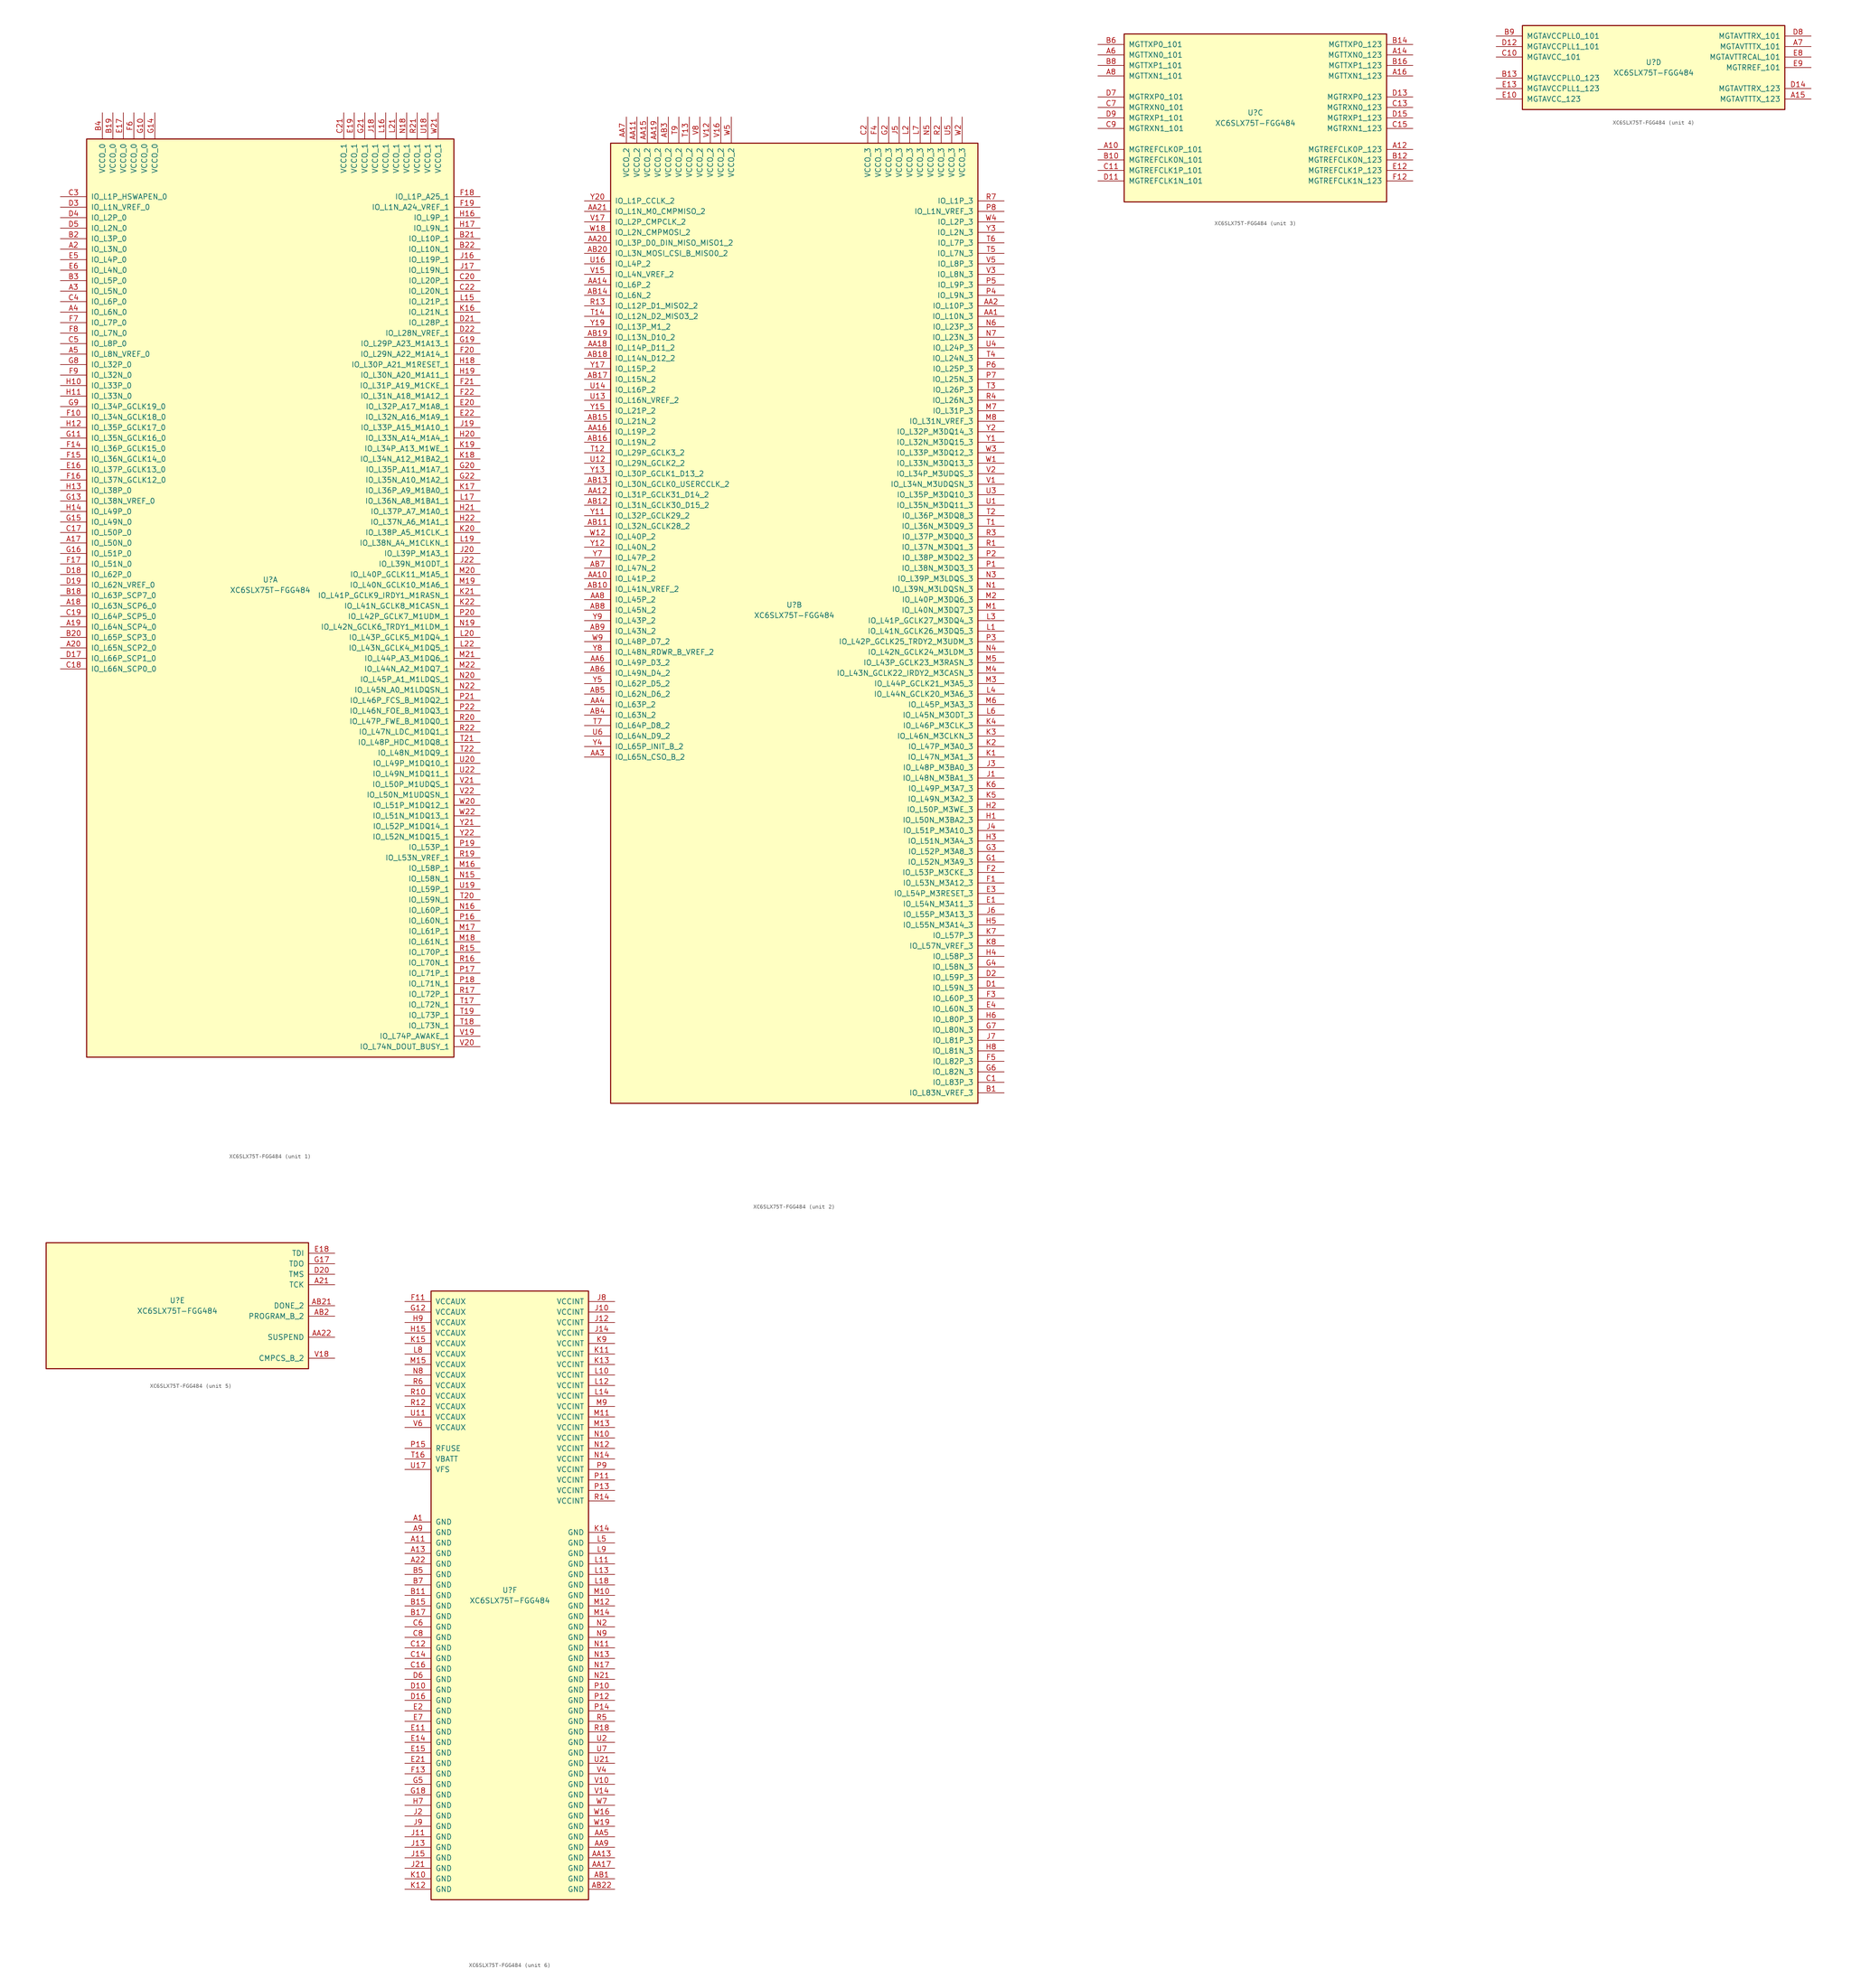
<source format=kicad_sym>
(kicad_symbol_lib
  (version 20211014)
  (generator kicad_symbol_editor)
  (symbol "XC6SLX75T-FGG484"
    (pin_names
      (offset 1.016))
    (property "Reference" "U"
      (at 0 1.27 0)
      (effects (font (size 1.27 1.27))))
    (property "Value" "XC6SLX75T-FGG484"
      (at 0 -1.27 0)
      (effects (font (size 1.27 1.27))))
    (property "Datasheet" ""
      (at 0 0 0)
      (effects (font (size 1.27 1.27))))
    (property "ki_locked" ""
      (at 0 0 0)
      (effects (font (size 1.27 1.27))))
    (symbol "XC6SLX75T-FGG484_1_1"
      (rectangle (start -44.45 107.95) (end 44.45 -114.3) (stroke (width 0.254) (type default) (color 0 0 0 0)) (fill (type background)))
      (pin bidirectional line (at -50.8 10.16 0) (length 6.35) (name "IO_L50N_0" (effects (font (size 1.27 1.27)))) (number "A17" (effects (font (size 1.27 1.27)))))
      (pin bidirectional line (at -50.8 -5.08 0) (length 6.35) (name "IO_L63N_SCP6_0" (effects (font (size 1.27 1.27)))) (number "A18" (effects (font (size 1.27 1.27)))))
      (pin bidirectional line (at -50.8 -10.16 0) (length 6.35) (name "IO_L64N_SCP4_0" (effects (font (size 1.27 1.27)))) (number "A19" (effects (font (size 1.27 1.27)))))
      (pin bidirectional line (at -50.8 81.28 0) (length 6.35) (name "IO_L3N_0" (effects (font (size 1.27 1.27)))) (number "A2" (effects (font (size 1.27 1.27)))))
      (pin bidirectional line (at -50.8 -15.24 0) (length 6.35) (name "IO_L65N_SCP2_0" (effects (font (size 1.27 1.27)))) (number "A20" (effects (font (size 1.27 1.27)))))
      (pin bidirectional line (at -50.8 71.12 0) (length 6.35) (name "IO_L5N_0" (effects (font (size 1.27 1.27)))) (number "A3" (effects (font (size 1.27 1.27)))))
      (pin bidirectional line (at -50.8 66.04 0) (length 6.35) (name "IO_L6N_0" (effects (font (size 1.27 1.27)))) (number "A4" (effects (font (size 1.27 1.27)))))
      (pin bidirectional line (at -50.8 55.88 0) (length 6.35) (name "IO_L8N_VREF_0" (effects (font (size 1.27 1.27)))) (number "A5" (effects (font (size 1.27 1.27)))))
      (pin bidirectional line (at -50.8 -2.54 0) (length 6.35) (name "IO_L63P_SCP7_0" (effects (font (size 1.27 1.27)))) (number "B18" (effects (font (size 1.27 1.27)))))
      (pin power_in line (at -38.1 114.3 270) (length 6.35) (name "VCCO_0" (effects (font (size 1.27 1.27)))) (number "B19" (effects (font (size 1.27 1.27)))))
      (pin bidirectional line (at -50.8 83.82 0) (length 6.35) (name "IO_L3P_0" (effects (font (size 1.27 1.27)))) (number "B2" (effects (font (size 1.27 1.27)))))
      (pin bidirectional line (at -50.8 -12.7 0) (length 6.35) (name "IO_L65P_SCP3_0" (effects (font (size 1.27 1.27)))) (number "B20" (effects (font (size 1.27 1.27)))))
      (pin bidirectional line (at 50.8 83.82 180) (length 6.35) (name "IO_L10P_1" (effects (font (size 1.27 1.27)))) (number "B21" (effects (font (size 1.27 1.27)))))
      (pin bidirectional line (at 50.8 81.28 180) (length 6.35) (name "IO_L10N_1" (effects (font (size 1.27 1.27)))) (number "B22" (effects (font (size 1.27 1.27)))))
      (pin bidirectional line (at -50.8 73.66 0) (length 6.35) (name "IO_L5P_0" (effects (font (size 1.27 1.27)))) (number "B3" (effects (font (size 1.27 1.27)))))
      (pin power_in line (at -40.64 114.3 270) (length 6.35) (name "VCCO_0" (effects (font (size 1.27 1.27)))) (number "B4" (effects (font (size 1.27 1.27)))))
      (pin bidirectional line (at -50.8 12.7 0) (length 6.35) (name "IO_L50P_0" (effects (font (size 1.27 1.27)))) (number "C17" (effects (font (size 1.27 1.27)))))
      (pin bidirectional line (at -50.8 -20.32 0) (length 6.35) (name "IO_L66N_SCP0_0" (effects (font (size 1.27 1.27)))) (number "C18" (effects (font (size 1.27 1.27)))))
      (pin bidirectional line (at -50.8 -7.62 0) (length 6.35) (name "IO_L64P_SCP5_0" (effects (font (size 1.27 1.27)))) (number "C19" (effects (font (size 1.27 1.27)))))
      (pin bidirectional line (at 50.8 73.66 180) (length 6.35) (name "IO_L20P_1" (effects (font (size 1.27 1.27)))) (number "C20" (effects (font (size 1.27 1.27)))))
      (pin power_in line (at 17.78 114.3 270) (length 6.35) (name "VCCO_1" (effects (font (size 1.27 1.27)))) (number "C21" (effects (font (size 1.27 1.27)))))
      (pin bidirectional line (at 50.8 71.12 180) (length 6.35) (name "IO_L20N_1" (effects (font (size 1.27 1.27)))) (number "C22" (effects (font (size 1.27 1.27)))))
      (pin bidirectional line (at -50.8 93.98 0) (length 6.35) (name "IO_L1P_HSWAPEN_0" (effects (font (size 1.27 1.27)))) (number "C3" (effects (font (size 1.27 1.27)))))
      (pin bidirectional line (at -50.8 68.58 0) (length 6.35) (name "IO_L6P_0" (effects (font (size 1.27 1.27)))) (number "C4" (effects (font (size 1.27 1.27)))))
      (pin bidirectional line (at -50.8 58.42 0) (length 6.35) (name "IO_L8P_0" (effects (font (size 1.27 1.27)))) (number "C5" (effects (font (size 1.27 1.27)))))
      (pin bidirectional line (at -50.8 -17.78 0) (length 6.35) (name "IO_L66P_SCP1_0" (effects (font (size 1.27 1.27)))) (number "D17" (effects (font (size 1.27 1.27)))))
      (pin bidirectional line (at -50.8 2.54 0) (length 6.35) (name "IO_L62P_0" (effects (font (size 1.27 1.27)))) (number "D18" (effects (font (size 1.27 1.27)))))
      (pin bidirectional line (at -50.8 0 0) (length 6.35) (name "IO_L62N_VREF_0" (effects (font (size 1.27 1.27)))) (number "D19" (effects (font (size 1.27 1.27)))))
      (pin bidirectional line (at 50.8 63.5 180) (length 6.35) (name "IO_L28P_1" (effects (font (size 1.27 1.27)))) (number "D21" (effects (font (size 1.27 1.27)))))
      (pin bidirectional line (at 50.8 60.96 180) (length 6.35) (name "IO_L28N_VREF_1" (effects (font (size 1.27 1.27)))) (number "D22" (effects (font (size 1.27 1.27)))))
      (pin bidirectional line (at -50.8 91.44 0) (length 6.35) (name "IO_L1N_VREF_0" (effects (font (size 1.27 1.27)))) (number "D3" (effects (font (size 1.27 1.27)))))
      (pin bidirectional line (at -50.8 88.9 0) (length 6.35) (name "IO_L2P_0" (effects (font (size 1.27 1.27)))) (number "D4" (effects (font (size 1.27 1.27)))))
      (pin bidirectional line (at -50.8 86.36 0) (length 6.35) (name "IO_L2N_0" (effects (font (size 1.27 1.27)))) (number "D5" (effects (font (size 1.27 1.27)))))
      (pin bidirectional line (at -50.8 27.94 0) (length 6.35) (name "IO_L37P_GCLK13_0" (effects (font (size 1.27 1.27)))) (number "E16" (effects (font (size 1.27 1.27)))))
      (pin power_in line (at -35.56 114.3 270) (length 6.35) (name "VCCO_0" (effects (font (size 1.27 1.27)))) (number "E17" (effects (font (size 1.27 1.27)))))
      (pin power_in line (at 20.32 114.3 270) (length 6.35) (name "VCCO_1" (effects (font (size 1.27 1.27)))) (number "E19" (effects (font (size 1.27 1.27)))))
      (pin bidirectional line (at 50.8 43.18 180) (length 6.35) (name "IO_L32P_A17_M1A8_1" (effects (font (size 1.27 1.27)))) (number "E20" (effects (font (size 1.27 1.27)))))
      (pin bidirectional line (at 50.8 40.64 180) (length 6.35) (name "IO_L32N_A16_M1A9_1" (effects (font (size 1.27 1.27)))) (number "E22" (effects (font (size 1.27 1.27)))))
      (pin bidirectional line (at -50.8 78.74 0) (length 6.35) (name "IO_L4P_0" (effects (font (size 1.27 1.27)))) (number "E5" (effects (font (size 1.27 1.27)))))
      (pin bidirectional line (at -50.8 76.2 0) (length 6.35) (name "IO_L4N_0" (effects (font (size 1.27 1.27)))) (number "E6" (effects (font (size 1.27 1.27)))))
      (pin bidirectional line (at -50.8 40.64 0) (length 6.35) (name "IO_L34N_GCLK18_0" (effects (font (size 1.27 1.27)))) (number "F10" (effects (font (size 1.27 1.27)))))
      (pin bidirectional line (at -50.8 33.02 0) (length 6.35) (name "IO_L36P_GCLK15_0" (effects (font (size 1.27 1.27)))) (number "F14" (effects (font (size 1.27 1.27)))))
      (pin bidirectional line (at -50.8 30.48 0) (length 6.35) (name "IO_L36N_GCLK14_0" (effects (font (size 1.27 1.27)))) (number "F15" (effects (font (size 1.27 1.27)))))
      (pin bidirectional line (at -50.8 25.4 0) (length 6.35) (name "IO_L37N_GCLK12_0" (effects (font (size 1.27 1.27)))) (number "F16" (effects (font (size 1.27 1.27)))))
      (pin bidirectional line (at -50.8 5.08 0) (length 6.35) (name "IO_L51N_0" (effects (font (size 1.27 1.27)))) (number "F17" (effects (font (size 1.27 1.27)))))
      (pin bidirectional line (at 50.8 93.98 180) (length 6.35) (name "IO_L1P_A25_1" (effects (font (size 1.27 1.27)))) (number "F18" (effects (font (size 1.27 1.27)))))
      (pin bidirectional line (at 50.8 91.44 180) (length 6.35) (name "IO_L1N_A24_VREF_1" (effects (font (size 1.27 1.27)))) (number "F19" (effects (font (size 1.27 1.27)))))
      (pin bidirectional line (at 50.8 55.88 180) (length 6.35) (name "IO_L29N_A22_M1A14_1" (effects (font (size 1.27 1.27)))) (number "F20" (effects (font (size 1.27 1.27)))))
      (pin bidirectional line (at 50.8 48.26 180) (length 6.35) (name "IO_L31P_A19_M1CKE_1" (effects (font (size 1.27 1.27)))) (number "F21" (effects (font (size 1.27 1.27)))))
      (pin bidirectional line (at 50.8 45.72 180) (length 6.35) (name "IO_L31N_A18_M1A12_1" (effects (font (size 1.27 1.27)))) (number "F22" (effects (font (size 1.27 1.27)))))
      (pin power_in line (at -33.02 114.3 270) (length 6.35) (name "VCCO_0" (effects (font (size 1.27 1.27)))) (number "F6" (effects (font (size 1.27 1.27)))))
      (pin bidirectional line (at -50.8 63.5 0) (length 6.35) (name "IO_L7P_0" (effects (font (size 1.27 1.27)))) (number "F7" (effects (font (size 1.27 1.27)))))
      (pin bidirectional line (at -50.8 60.96 0) (length 6.35) (name "IO_L7N_0" (effects (font (size 1.27 1.27)))) (number "F8" (effects (font (size 1.27 1.27)))))
      (pin bidirectional line (at -50.8 50.8 0) (length 6.35) (name "IO_L32N_0" (effects (font (size 1.27 1.27)))) (number "F9" (effects (font (size 1.27 1.27)))))
      (pin power_in line (at -30.48 114.3 270) (length 6.35) (name "VCCO_0" (effects (font (size 1.27 1.27)))) (number "G10" (effects (font (size 1.27 1.27)))))
      (pin bidirectional line (at -50.8 35.56 0) (length 6.35) (name "IO_L35N_GCLK16_0" (effects (font (size 1.27 1.27)))) (number "G11" (effects (font (size 1.27 1.27)))))
      (pin bidirectional line (at -50.8 20.32 0) (length 6.35) (name "IO_L38N_VREF_0" (effects (font (size 1.27 1.27)))) (number "G13" (effects (font (size 1.27 1.27)))))
      (pin power_in line (at -27.94 114.3 270) (length 6.35) (name "VCCO_0" (effects (font (size 1.27 1.27)))) (number "G14" (effects (font (size 1.27 1.27)))))
      (pin bidirectional line (at -50.8 15.24 0) (length 6.35) (name "IO_L49N_0" (effects (font (size 1.27 1.27)))) (number "G15" (effects (font (size 1.27 1.27)))))
      (pin bidirectional line (at -50.8 7.62 0) (length 6.35) (name "IO_L51P_0" (effects (font (size 1.27 1.27)))) (number "G16" (effects (font (size 1.27 1.27)))))
      (pin bidirectional line (at 50.8 58.42 180) (length 6.35) (name "IO_L29P_A23_M1A13_1" (effects (font (size 1.27 1.27)))) (number "G19" (effects (font (size 1.27 1.27)))))
      (pin bidirectional line (at 50.8 27.94 180) (length 6.35) (name "IO_L35P_A11_M1A7_1" (effects (font (size 1.27 1.27)))) (number "G20" (effects (font (size 1.27 1.27)))))
      (pin power_in line (at 22.86 114.3 270) (length 6.35) (name "VCCO_1" (effects (font (size 1.27 1.27)))) (number "G21" (effects (font (size 1.27 1.27)))))
      (pin bidirectional line (at 50.8 25.4 180) (length 6.35) (name "IO_L35N_A10_M1A2_1" (effects (font (size 1.27 1.27)))) (number "G22" (effects (font (size 1.27 1.27)))))
      (pin bidirectional line (at -50.8 53.34 0) (length 6.35) (name "IO_L32P_0" (effects (font (size 1.27 1.27)))) (number "G8" (effects (font (size 1.27 1.27)))))
      (pin bidirectional line (at -50.8 43.18 0) (length 6.35) (name "IO_L34P_GCLK19_0" (effects (font (size 1.27 1.27)))) (number "G9" (effects (font (size 1.27 1.27)))))
      (pin bidirectional line (at -50.8 48.26 0) (length 6.35) (name "IO_L33P_0" (effects (font (size 1.27 1.27)))) (number "H10" (effects (font (size 1.27 1.27)))))
      (pin bidirectional line (at -50.8 45.72 0) (length 6.35) (name "IO_L33N_0" (effects (font (size 1.27 1.27)))) (number "H11" (effects (font (size 1.27 1.27)))))
      (pin bidirectional line (at -50.8 38.1 0) (length 6.35) (name "IO_L35P_GCLK17_0" (effects (font (size 1.27 1.27)))) (number "H12" (effects (font (size 1.27 1.27)))))
      (pin bidirectional line (at -50.8 22.86 0) (length 6.35) (name "IO_L38P_0" (effects (font (size 1.27 1.27)))) (number "H13" (effects (font (size 1.27 1.27)))))
      (pin bidirectional line (at -50.8 17.78 0) (length 6.35) (name "IO_L49P_0" (effects (font (size 1.27 1.27)))) (number "H14" (effects (font (size 1.27 1.27)))))
      (pin bidirectional line (at 50.8 88.9 180) (length 6.35) (name "IO_L9P_1" (effects (font (size 1.27 1.27)))) (number "H16" (effects (font (size 1.27 1.27)))))
      (pin bidirectional line (at 50.8 86.36 180) (length 6.35) (name "IO_L9N_1" (effects (font (size 1.27 1.27)))) (number "H17" (effects (font (size 1.27 1.27)))))
      (pin bidirectional line (at 50.8 53.34 180) (length 6.35) (name "IO_L30P_A21_M1RESET_1" (effects (font (size 1.27 1.27)))) (number "H18" (effects (font (size 1.27 1.27)))))
      (pin bidirectional line (at 50.8 50.8 180) (length 6.35) (name "IO_L30N_A20_M1A11_1" (effects (font (size 1.27 1.27)))) (number "H19" (effects (font (size 1.27 1.27)))))
      (pin bidirectional line (at 50.8 35.56 180) (length 6.35) (name "IO_L33N_A14_M1A4_1" (effects (font (size 1.27 1.27)))) (number "H20" (effects (font (size 1.27 1.27)))))
      (pin bidirectional line (at 50.8 17.78 180) (length 6.35) (name "IO_L37P_A7_M1A0_1" (effects (font (size 1.27 1.27)))) (number "H21" (effects (font (size 1.27 1.27)))))
      (pin bidirectional line (at 50.8 15.24 180) (length 6.35) (name "IO_L37N_A6_M1A1_1" (effects (font (size 1.27 1.27)))) (number "H22" (effects (font (size 1.27 1.27)))))
      (pin bidirectional line (at 50.8 78.74 180) (length 6.35) (name "IO_L19P_1" (effects (font (size 1.27 1.27)))) (number "J16" (effects (font (size 1.27 1.27)))))
      (pin bidirectional line (at 50.8 76.2 180) (length 6.35) (name "IO_L19N_1" (effects (font (size 1.27 1.27)))) (number "J17" (effects (font (size 1.27 1.27)))))
      (pin power_in line (at 25.4 114.3 270) (length 6.35) (name "VCCO_1" (effects (font (size 1.27 1.27)))) (number "J18" (effects (font (size 1.27 1.27)))))
      (pin bidirectional line (at 50.8 38.1 180) (length 6.35) (name "IO_L33P_A15_M1A10_1" (effects (font (size 1.27 1.27)))) (number "J19" (effects (font (size 1.27 1.27)))))
      (pin bidirectional line (at 50.8 7.62 180) (length 6.35) (name "IO_L39P_M1A3_1" (effects (font (size 1.27 1.27)))) (number "J20" (effects (font (size 1.27 1.27)))))
      (pin bidirectional line (at 50.8 5.08 180) (length 6.35) (name "IO_L39N_M1ODT_1" (effects (font (size 1.27 1.27)))) (number "J22" (effects (font (size 1.27 1.27)))))
      (pin bidirectional line (at 50.8 66.04 180) (length 6.35) (name "IO_L21N_1" (effects (font (size 1.27 1.27)))) (number "K16" (effects (font (size 1.27 1.27)))))
      (pin bidirectional line (at 50.8 22.86 180) (length 6.35) (name "IO_L36P_A9_M1BA0_1" (effects (font (size 1.27 1.27)))) (number "K17" (effects (font (size 1.27 1.27)))))
      (pin bidirectional line (at 50.8 30.48 180) (length 6.35) (name "IO_L34N_A12_M1BA2_1" (effects (font (size 1.27 1.27)))) (number "K18" (effects (font (size 1.27 1.27)))))
      (pin bidirectional line (at 50.8 33.02 180) (length 6.35) (name "IO_L34P_A13_M1WE_1" (effects (font (size 1.27 1.27)))) (number "K19" (effects (font (size 1.27 1.27)))))
      (pin bidirectional line (at 50.8 12.7 180) (length 6.35) (name "IO_L38P_A5_M1CLK_1" (effects (font (size 1.27 1.27)))) (number "K20" (effects (font (size 1.27 1.27)))))
      (pin bidirectional line (at 50.8 -2.54 180) (length 6.35) (name "IO_L41P_GCLK9_IRDY1_M1RASN_1" (effects (font (size 1.27 1.27)))) (number "K21" (effects (font (size 1.27 1.27)))))
      (pin bidirectional line (at 50.8 -5.08 180) (length 6.35) (name "IO_L41N_GCLK8_M1CASN_1" (effects (font (size 1.27 1.27)))) (number "K22" (effects (font (size 1.27 1.27)))))
      (pin bidirectional line (at 50.8 68.58 180) (length 6.35) (name "IO_L21P_1" (effects (font (size 1.27 1.27)))) (number "L15" (effects (font (size 1.27 1.27)))))
      (pin power_in line (at 27.94 114.3 270) (length 6.35) (name "VCCO_1" (effects (font (size 1.27 1.27)))) (number "L16" (effects (font (size 1.27 1.27)))))
      (pin bidirectional line (at 50.8 20.32 180) (length 6.35) (name "IO_L36N_A8_M1BA1_1" (effects (font (size 1.27 1.27)))) (number "L17" (effects (font (size 1.27 1.27)))))
      (pin bidirectional line (at 50.8 10.16 180) (length 6.35) (name "IO_L38N_A4_M1CLKN_1" (effects (font (size 1.27 1.27)))) (number "L19" (effects (font (size 1.27 1.27)))))
      (pin bidirectional line (at 50.8 -12.7 180) (length 6.35) (name "IO_L43P_GCLK5_M1DQ4_1" (effects (font (size 1.27 1.27)))) (number "L20" (effects (font (size 1.27 1.27)))))
      (pin power_in line (at 30.48 114.3 270) (length 6.35) (name "VCCO_1" (effects (font (size 1.27 1.27)))) (number "L21" (effects (font (size 1.27 1.27)))))
      (pin bidirectional line (at 50.8 -15.24 180) (length 6.35) (name "IO_L43N_GCLK4_M1DQ5_1" (effects (font (size 1.27 1.27)))) (number "L22" (effects (font (size 1.27 1.27)))))
      (pin bidirectional line (at 50.8 -68.58 180) (length 6.35) (name "IO_L58P_1" (effects (font (size 1.27 1.27)))) (number "M16" (effects (font (size 1.27 1.27)))))
      (pin bidirectional line (at 50.8 -83.82 180) (length 6.35) (name "IO_L61P_1" (effects (font (size 1.27 1.27)))) (number "M17" (effects (font (size 1.27 1.27)))))
      (pin bidirectional line (at 50.8 -86.36 180) (length 6.35) (name "IO_L61N_1" (effects (font (size 1.27 1.27)))) (number "M18" (effects (font (size 1.27 1.27)))))
      (pin bidirectional line (at 50.8 0 180) (length 6.35) (name "IO_L40N_GCLK10_M1A6_1" (effects (font (size 1.27 1.27)))) (number "M19" (effects (font (size 1.27 1.27)))))
      (pin bidirectional line (at 50.8 2.54 180) (length 6.35) (name "IO_L40P_GCLK11_M1A5_1" (effects (font (size 1.27 1.27)))) (number "M20" (effects (font (size 1.27 1.27)))))
      (pin bidirectional line (at 50.8 -17.78 180) (length 6.35) (name "IO_L44P_A3_M1DQ6_1" (effects (font (size 1.27 1.27)))) (number "M21" (effects (font (size 1.27 1.27)))))
      (pin bidirectional line (at 50.8 -20.32 180) (length 6.35) (name "IO_L44N_A2_M1DQ7_1" (effects (font (size 1.27 1.27)))) (number "M22" (effects (font (size 1.27 1.27)))))
      (pin bidirectional line (at 50.8 -71.12 180) (length 6.35) (name "IO_L58N_1" (effects (font (size 1.27 1.27)))) (number "N15" (effects (font (size 1.27 1.27)))))
      (pin bidirectional line (at 50.8 -78.74 180) (length 6.35) (name "IO_L60P_1" (effects (font (size 1.27 1.27)))) (number "N16" (effects (font (size 1.27 1.27)))))
      (pin power_in line (at 33.02 114.3 270) (length 6.35) (name "VCCO_1" (effects (font (size 1.27 1.27)))) (number "N18" (effects (font (size 1.27 1.27)))))
      (pin bidirectional line (at 50.8 -10.16 180) (length 6.35) (name "IO_L42N_GCLK6_TRDY1_M1LDM_1" (effects (font (size 1.27 1.27)))) (number "N19" (effects (font (size 1.27 1.27)))))
      (pin bidirectional line (at 50.8 -22.86 180) (length 6.35) (name "IO_L45P_A1_M1LDQS_1" (effects (font (size 1.27 1.27)))) (number "N20" (effects (font (size 1.27 1.27)))))
      (pin bidirectional line (at 50.8 -25.4 180) (length 6.35) (name "IO_L45N_A0_M1LDQSN_1" (effects (font (size 1.27 1.27)))) (number "N22" (effects (font (size 1.27 1.27)))))
      (pin bidirectional line (at 50.8 -81.28 180) (length 6.35) (name "IO_L60N_1" (effects (font (size 1.27 1.27)))) (number "P16" (effects (font (size 1.27 1.27)))))
      (pin bidirectional line (at 50.8 -93.98 180) (length 6.35) (name "IO_L71P_1" (effects (font (size 1.27 1.27)))) (number "P17" (effects (font (size 1.27 1.27)))))
      (pin bidirectional line (at 50.8 -96.52 180) (length 6.35) (name "IO_L71N_1" (effects (font (size 1.27 1.27)))) (number "P18" (effects (font (size 1.27 1.27)))))
      (pin bidirectional line (at 50.8 -63.5 180) (length 6.35) (name "IO_L53P_1" (effects (font (size 1.27 1.27)))) (number "P19" (effects (font (size 1.27 1.27)))))
      (pin bidirectional line (at 50.8 -7.62 180) (length 6.35) (name "IO_L42P_GCLK7_M1UDM_1" (effects (font (size 1.27 1.27)))) (number "P20" (effects (font (size 1.27 1.27)))))
      (pin bidirectional line (at 50.8 -27.94 180) (length 6.35) (name "IO_L46P_FCS_B_M1DQ2_1" (effects (font (size 1.27 1.27)))) (number "P21" (effects (font (size 1.27 1.27)))))
      (pin bidirectional line (at 50.8 -30.48 180) (length 6.35) (name "IO_L46N_FOE_B_M1DQ3_1" (effects (font (size 1.27 1.27)))) (number "P22" (effects (font (size 1.27 1.27)))))
      (pin bidirectional line (at 50.8 -88.9 180) (length 6.35) (name "IO_L70P_1" (effects (font (size 1.27 1.27)))) (number "R15" (effects (font (size 1.27 1.27)))))
      (pin bidirectional line (at 50.8 -91.44 180) (length 6.35) (name "IO_L70N_1" (effects (font (size 1.27 1.27)))) (number "R16" (effects (font (size 1.27 1.27)))))
      (pin bidirectional line (at 50.8 -99.06 180) (length 6.35) (name "IO_L72P_1" (effects (font (size 1.27 1.27)))) (number "R17" (effects (font (size 1.27 1.27)))))
      (pin bidirectional line (at 50.8 -66.04 180) (length 6.35) (name "IO_L53N_VREF_1" (effects (font (size 1.27 1.27)))) (number "R19" (effects (font (size 1.27 1.27)))))
      (pin bidirectional line (at 50.8 -33.02 180) (length 6.35) (name "IO_L47P_FWE_B_M1DQ0_1" (effects (font (size 1.27 1.27)))) (number "R20" (effects (font (size 1.27 1.27)))))
      (pin power_in line (at 35.56 114.3 270) (length 6.35) (name "VCCO_1" (effects (font (size 1.27 1.27)))) (number "R21" (effects (font (size 1.27 1.27)))))
      (pin bidirectional line (at 50.8 -35.56 180) (length 6.35) (name "IO_L47N_LDC_M1DQ1_1" (effects (font (size 1.27 1.27)))) (number "R22" (effects (font (size 1.27 1.27)))))
      (pin bidirectional line (at 50.8 -101.6 180) (length 6.35) (name "IO_L72N_1" (effects (font (size 1.27 1.27)))) (number "T17" (effects (font (size 1.27 1.27)))))
      (pin bidirectional line (at 50.8 -106.68 180) (length 6.35) (name "IO_L73N_1" (effects (font (size 1.27 1.27)))) (number "T18" (effects (font (size 1.27 1.27)))))
      (pin bidirectional line (at 50.8 -104.14 180) (length 6.35) (name "IO_L73P_1" (effects (font (size 1.27 1.27)))) (number "T19" (effects (font (size 1.27 1.27)))))
      (pin bidirectional line (at 50.8 -76.2 180) (length 6.35) (name "IO_L59N_1" (effects (font (size 1.27 1.27)))) (number "T20" (effects (font (size 1.27 1.27)))))
      (pin bidirectional line (at 50.8 -38.1 180) (length 6.35) (name "IO_L48P_HDC_M1DQ8_1" (effects (font (size 1.27 1.27)))) (number "T21" (effects (font (size 1.27 1.27)))))
      (pin bidirectional line (at 50.8 -40.64 180) (length 6.35) (name "IO_L48N_M1DQ9_1" (effects (font (size 1.27 1.27)))) (number "T22" (effects (font (size 1.27 1.27)))))
      (pin power_in line (at 38.1 114.3 270) (length 6.35) (name "VCCO_1" (effects (font (size 1.27 1.27)))) (number "U18" (effects (font (size 1.27 1.27)))))
      (pin bidirectional line (at 50.8 -73.66 180) (length 6.35) (name "IO_L59P_1" (effects (font (size 1.27 1.27)))) (number "U19" (effects (font (size 1.27 1.27)))))
      (pin bidirectional line (at 50.8 -43.18 180) (length 6.35) (name "IO_L49P_M1DQ10_1" (effects (font (size 1.27 1.27)))) (number "U20" (effects (font (size 1.27 1.27)))))
      (pin bidirectional line (at 50.8 -45.72 180) (length 6.35) (name "IO_L49N_M1DQ11_1" (effects (font (size 1.27 1.27)))) (number "U22" (effects (font (size 1.27 1.27)))))
      (pin bidirectional line (at 50.8 -109.22 180) (length 6.35) (name "IO_L74P_AWAKE_1" (effects (font (size 1.27 1.27)))) (number "V19" (effects (font (size 1.27 1.27)))))
      (pin bidirectional line (at 50.8 -111.76 180) (length 6.35) (name "IO_L74N_DOUT_BUSY_1" (effects (font (size 1.27 1.27)))) (number "V20" (effects (font (size 1.27 1.27)))))
      (pin bidirectional line (at 50.8 -48.26 180) (length 6.35) (name "IO_L50P_M1UDQS_1" (effects (font (size 1.27 1.27)))) (number "V21" (effects (font (size 1.27 1.27)))))
      (pin bidirectional line (at 50.8 -50.8 180) (length 6.35) (name "IO_L50N_M1UDQSN_1" (effects (font (size 1.27 1.27)))) (number "V22" (effects (font (size 1.27 1.27)))))
      (pin bidirectional line (at 50.8 -53.34 180) (length 6.35) (name "IO_L51P_M1DQ12_1" (effects (font (size 1.27 1.27)))) (number "W20" (effects (font (size 1.27 1.27)))))
      (pin power_in line (at 40.64 114.3 270) (length 6.35) (name "VCCO_1" (effects (font (size 1.27 1.27)))) (number "W21" (effects (font (size 1.27 1.27)))))
      (pin bidirectional line (at 50.8 -55.88 180) (length 6.35) (name "IO_L51N_M1DQ13_1" (effects (font (size 1.27 1.27)))) (number "W22" (effects (font (size 1.27 1.27)))))
      (pin bidirectional line (at 50.8 -58.42 180) (length 6.35) (name "IO_L52P_M1DQ14_1" (effects (font (size 1.27 1.27)))) (number "Y21" (effects (font (size 1.27 1.27)))))
      (pin bidirectional line (at 50.8 -60.96 180) (length 6.35) (name "IO_L52N_M1DQ15_1" (effects (font (size 1.27 1.27)))) (number "Y22" (effects (font (size 1.27 1.27))))))
    (symbol "XC6SLX75T-FGG484_2_1"
      (rectangle (start -44.45 113.03) (end 44.45 -119.38) (stroke (width 0.254) (type default) (color 0 0 0 0)) (fill (type background)))
      (pin bidirectional line (at 50.8 71.12 180) (length 6.35) (name "IO_L10N_3" (effects (font (size 1.27 1.27)))) (number "AA1" (effects (font (size 1.27 1.27)))))
      (pin bidirectional line (at -50.8 7.62 0) (length 6.35) (name "IO_L41P_2" (effects (font (size 1.27 1.27)))) (number "AA10" (effects (font (size 1.27 1.27)))))
      (pin power_in line (at -38.1 119.38 270) (length 6.35) (name "VCCO_2" (effects (font (size 1.27 1.27)))) (number "AA11" (effects (font (size 1.27 1.27)))))
      (pin bidirectional line (at -50.8 27.94 0) (length 6.35) (name "IO_L31P_GCLK31_D14_2" (effects (font (size 1.27 1.27)))) (number "AA12" (effects (font (size 1.27 1.27)))))
      (pin bidirectional line (at -50.8 78.74 0) (length 6.35) (name "IO_L6P_2" (effects (font (size 1.27 1.27)))) (number "AA14" (effects (font (size 1.27 1.27)))))
      (pin power_in line (at -35.56 119.38 270) (length 6.35) (name "VCCO_2" (effects (font (size 1.27 1.27)))) (number "AA15" (effects (font (size 1.27 1.27)))))
      (pin bidirectional line (at -50.8 43.18 0) (length 6.35) (name "IO_L19P_2" (effects (font (size 1.27 1.27)))) (number "AA16" (effects (font (size 1.27 1.27)))))
      (pin bidirectional line (at -50.8 63.5 0) (length 6.35) (name "IO_L14P_D11_2" (effects (font (size 1.27 1.27)))) (number "AA18" (effects (font (size 1.27 1.27)))))
      (pin power_in line (at -33.02 119.38 270) (length 6.35) (name "VCCO_2" (effects (font (size 1.27 1.27)))) (number "AA19" (effects (font (size 1.27 1.27)))))
      (pin bidirectional line (at 50.8 73.66 180) (length 6.35) (name "IO_L10P_3" (effects (font (size 1.27 1.27)))) (number "AA2" (effects (font (size 1.27 1.27)))))
      (pin bidirectional line (at -50.8 88.9 0) (length 6.35) (name "IO_L3P_D0_DIN_MISO_MISO1_2" (effects (font (size 1.27 1.27)))) (number "AA20" (effects (font (size 1.27 1.27)))))
      (pin bidirectional line (at -50.8 96.52 0) (length 6.35) (name "IO_L1N_M0_CMPMISO_2" (effects (font (size 1.27 1.27)))) (number "AA21" (effects (font (size 1.27 1.27)))))
      (pin bidirectional line (at -50.8 -35.56 0) (length 6.35) (name "IO_L65N_CSO_B_2" (effects (font (size 1.27 1.27)))) (number "AA3" (effects (font (size 1.27 1.27)))))
      (pin bidirectional line (at -50.8 -22.86 0) (length 6.35) (name "IO_L63P_2" (effects (font (size 1.27 1.27)))) (number "AA4" (effects (font (size 1.27 1.27)))))
      (pin bidirectional line (at -50.8 -12.7 0) (length 6.35) (name "IO_L49P_D3_2" (effects (font (size 1.27 1.27)))) (number "AA6" (effects (font (size 1.27 1.27)))))
      (pin power_in line (at -40.64 119.38 270) (length 6.35) (name "VCCO_2" (effects (font (size 1.27 1.27)))) (number "AA7" (effects (font (size 1.27 1.27)))))
      (pin bidirectional line (at -50.8 2.54 0) (length 6.35) (name "IO_L45P_2" (effects (font (size 1.27 1.27)))) (number "AA8" (effects (font (size 1.27 1.27)))))
      (pin bidirectional line (at -50.8 5.08 0) (length 6.35) (name "IO_L41N_VREF_2" (effects (font (size 1.27 1.27)))) (number "AB10" (effects (font (size 1.27 1.27)))))
      (pin bidirectional line (at -50.8 20.32 0) (length 6.35) (name "IO_L32N_GCLK28_2" (effects (font (size 1.27 1.27)))) (number "AB11" (effects (font (size 1.27 1.27)))))
      (pin bidirectional line (at -50.8 25.4 0) (length 6.35) (name "IO_L31N_GCLK30_D15_2" (effects (font (size 1.27 1.27)))) (number "AB12" (effects (font (size 1.27 1.27)))))
      (pin bidirectional line (at -50.8 30.48 0) (length 6.35) (name "IO_L30N_GCLK0_USERCCLK_2" (effects (font (size 1.27 1.27)))) (number "AB13" (effects (font (size 1.27 1.27)))))
      (pin bidirectional line (at -50.8 76.2 0) (length 6.35) (name "IO_L6N_2" (effects (font (size 1.27 1.27)))) (number "AB14" (effects (font (size 1.27 1.27)))))
      (pin bidirectional line (at -50.8 45.72 0) (length 6.35) (name "IO_L21N_2" (effects (font (size 1.27 1.27)))) (number "AB15" (effects (font (size 1.27 1.27)))))
      (pin bidirectional line (at -50.8 40.64 0) (length 6.35) (name "IO_L19N_2" (effects (font (size 1.27 1.27)))) (number "AB16" (effects (font (size 1.27 1.27)))))
      (pin bidirectional line (at -50.8 55.88 0) (length 6.35) (name "IO_L15N_2" (effects (font (size 1.27 1.27)))) (number "AB17" (effects (font (size 1.27 1.27)))))
      (pin bidirectional line (at -50.8 60.96 0) (length 6.35) (name "IO_L14N_D12_2" (effects (font (size 1.27 1.27)))) (number "AB18" (effects (font (size 1.27 1.27)))))
      (pin bidirectional line (at -50.8 66.04 0) (length 6.35) (name "IO_L13N_D10_2" (effects (font (size 1.27 1.27)))) (number "AB19" (effects (font (size 1.27 1.27)))))
      (pin bidirectional line (at -50.8 86.36 0) (length 6.35) (name "IO_L3N_MOSI_CSI_B_MISO0_2" (effects (font (size 1.27 1.27)))) (number "AB20" (effects (font (size 1.27 1.27)))))
      (pin power_in line (at -30.48 119.38 270) (length 6.35) (name "VCCO_2" (effects (font (size 1.27 1.27)))) (number "AB3" (effects (font (size 1.27 1.27)))))
      (pin bidirectional line (at -50.8 -25.4 0) (length 6.35) (name "IO_L63N_2" (effects (font (size 1.27 1.27)))) (number "AB4" (effects (font (size 1.27 1.27)))))
      (pin bidirectional line (at -50.8 -20.32 0) (length 6.35) (name "IO_L62N_D6_2" (effects (font (size 1.27 1.27)))) (number "AB5" (effects (font (size 1.27 1.27)))))
      (pin bidirectional line (at -50.8 -15.24 0) (length 6.35) (name "IO_L49N_D4_2" (effects (font (size 1.27 1.27)))) (number "AB6" (effects (font (size 1.27 1.27)))))
      (pin bidirectional line (at -50.8 10.16 0) (length 6.35) (name "IO_L47N_2" (effects (font (size 1.27 1.27)))) (number "AB7" (effects (font (size 1.27 1.27)))))
      (pin bidirectional line (at -50.8 0 0) (length 6.35) (name "IO_L45N_2" (effects (font (size 1.27 1.27)))) (number "AB8" (effects (font (size 1.27 1.27)))))
      (pin bidirectional line (at -50.8 -5.08 0) (length 6.35) (name "IO_L43N_2" (effects (font (size 1.27 1.27)))) (number "AB9" (effects (font (size 1.27 1.27)))))
      (pin bidirectional line (at 50.8 -116.84 180) (length 6.35) (name "IO_L83N_VREF_3" (effects (font (size 1.27 1.27)))) (number "B1" (effects (font (size 1.27 1.27)))))
      (pin bidirectional line (at 50.8 -114.3 180) (length 6.35) (name "IO_L83P_3" (effects (font (size 1.27 1.27)))) (number "C1" (effects (font (size 1.27 1.27)))))
      (pin power_in line (at 17.78 119.38 270) (length 6.35) (name "VCCO_3" (effects (font (size 1.27 1.27)))) (number "C2" (effects (font (size 1.27 1.27)))))
      (pin bidirectional line (at 50.8 -91.44 180) (length 6.35) (name "IO_L59N_3" (effects (font (size 1.27 1.27)))) (number "D1" (effects (font (size 1.27 1.27)))))
      (pin bidirectional line (at 50.8 -88.9 180) (length 6.35) (name "IO_L59P_3" (effects (font (size 1.27 1.27)))) (number "D2" (effects (font (size 1.27 1.27)))))
      (pin bidirectional line (at 50.8 -71.12 180) (length 6.35) (name "IO_L54N_M3A11_3" (effects (font (size 1.27 1.27)))) (number "E1" (effects (font (size 1.27 1.27)))))
      (pin bidirectional line (at 50.8 -68.58 180) (length 6.35) (name "IO_L54P_M3RESET_3" (effects (font (size 1.27 1.27)))) (number "E3" (effects (font (size 1.27 1.27)))))
      (pin bidirectional line (at 50.8 -96.52 180) (length 6.35) (name "IO_L60N_3" (effects (font (size 1.27 1.27)))) (number "E4" (effects (font (size 1.27 1.27)))))
      (pin bidirectional line (at 50.8 -66.04 180) (length 6.35) (name "IO_L53N_M3A12_3" (effects (font (size 1.27 1.27)))) (number "F1" (effects (font (size 1.27 1.27)))))
      (pin bidirectional line (at 50.8 -63.5 180) (length 6.35) (name "IO_L53P_M3CKE_3" (effects (font (size 1.27 1.27)))) (number "F2" (effects (font (size 1.27 1.27)))))
      (pin bidirectional line (at 50.8 -93.98 180) (length 6.35) (name "IO_L60P_3" (effects (font (size 1.27 1.27)))) (number "F3" (effects (font (size 1.27 1.27)))))
      (pin power_in line (at 20.32 119.38 270) (length 6.35) (name "VCCO_3" (effects (font (size 1.27 1.27)))) (number "F4" (effects (font (size 1.27 1.27)))))
      (pin bidirectional line (at 50.8 -109.22 180) (length 6.35) (name "IO_L82P_3" (effects (font (size 1.27 1.27)))) (number "F5" (effects (font (size 1.27 1.27)))))
      (pin bidirectional line (at 50.8 -60.96 180) (length 6.35) (name "IO_L52N_M3A9_3" (effects (font (size 1.27 1.27)))) (number "G1" (effects (font (size 1.27 1.27)))))
      (pin power_in line (at 22.86 119.38 270) (length 6.35) (name "VCCO_3" (effects (font (size 1.27 1.27)))) (number "G2" (effects (font (size 1.27 1.27)))))
      (pin bidirectional line (at 50.8 -58.42 180) (length 6.35) (name "IO_L52P_M3A8_3" (effects (font (size 1.27 1.27)))) (number "G3" (effects (font (size 1.27 1.27)))))
      (pin bidirectional line (at 50.8 -86.36 180) (length 6.35) (name "IO_L58N_3" (effects (font (size 1.27 1.27)))) (number "G4" (effects (font (size 1.27 1.27)))))
      (pin bidirectional line (at 50.8 -111.76 180) (length 6.35) (name "IO_L82N_3" (effects (font (size 1.27 1.27)))) (number "G6" (effects (font (size 1.27 1.27)))))
      (pin bidirectional line (at 50.8 -101.6 180) (length 6.35) (name "IO_L80N_3" (effects (font (size 1.27 1.27)))) (number "G7" (effects (font (size 1.27 1.27)))))
      (pin bidirectional line (at 50.8 -50.8 180) (length 6.35) (name "IO_L50N_M3BA2_3" (effects (font (size 1.27 1.27)))) (number "H1" (effects (font (size 1.27 1.27)))))
      (pin bidirectional line (at 50.8 -48.26 180) (length 6.35) (name "IO_L50P_M3WE_3" (effects (font (size 1.27 1.27)))) (number "H2" (effects (font (size 1.27 1.27)))))
      (pin bidirectional line (at 50.8 -55.88 180) (length 6.35) (name "IO_L51N_M3A4_3" (effects (font (size 1.27 1.27)))) (number "H3" (effects (font (size 1.27 1.27)))))
      (pin bidirectional line (at 50.8 -83.82 180) (length 6.35) (name "IO_L58P_3" (effects (font (size 1.27 1.27)))) (number "H4" (effects (font (size 1.27 1.27)))))
      (pin bidirectional line (at 50.8 -76.2 180) (length 6.35) (name "IO_L55N_M3A14_3" (effects (font (size 1.27 1.27)))) (number "H5" (effects (font (size 1.27 1.27)))))
      (pin bidirectional line (at 50.8 -99.06 180) (length 6.35) (name "IO_L80P_3" (effects (font (size 1.27 1.27)))) (number "H6" (effects (font (size 1.27 1.27)))))
      (pin bidirectional line (at 50.8 -106.68 180) (length 6.35) (name "IO_L81N_3" (effects (font (size 1.27 1.27)))) (number "H8" (effects (font (size 1.27 1.27)))))
      (pin bidirectional line (at 50.8 -40.64 180) (length 6.35) (name "IO_L48N_M3BA1_3" (effects (font (size 1.27 1.27)))) (number "J1" (effects (font (size 1.27 1.27)))))
      (pin bidirectional line (at 50.8 -38.1 180) (length 6.35) (name "IO_L48P_M3BA0_3" (effects (font (size 1.27 1.27)))) (number "J3" (effects (font (size 1.27 1.27)))))
      (pin bidirectional line (at 50.8 -53.34 180) (length 6.35) (name "IO_L51P_M3A10_3" (effects (font (size 1.27 1.27)))) (number "J4" (effects (font (size 1.27 1.27)))))
      (pin power_in line (at 25.4 119.38 270) (length 6.35) (name "VCCO_3" (effects (font (size 1.27 1.27)))) (number "J5" (effects (font (size 1.27 1.27)))))
      (pin bidirectional line (at 50.8 -73.66 180) (length 6.35) (name "IO_L55P_M3A13_3" (effects (font (size 1.27 1.27)))) (number "J6" (effects (font (size 1.27 1.27)))))
      (pin bidirectional line (at 50.8 -104.14 180) (length 6.35) (name "IO_L81P_3" (effects (font (size 1.27 1.27)))) (number "J7" (effects (font (size 1.27 1.27)))))
      (pin bidirectional line (at 50.8 -35.56 180) (length 6.35) (name "IO_L47N_M3A1_3" (effects (font (size 1.27 1.27)))) (number "K1" (effects (font (size 1.27 1.27)))))
      (pin bidirectional line (at 50.8 -33.02 180) (length 6.35) (name "IO_L47P_M3A0_3" (effects (font (size 1.27 1.27)))) (number "K2" (effects (font (size 1.27 1.27)))))
      (pin bidirectional line (at 50.8 -30.48 180) (length 6.35) (name "IO_L46N_M3CLKN_3" (effects (font (size 1.27 1.27)))) (number "K3" (effects (font (size 1.27 1.27)))))
      (pin bidirectional line (at 50.8 -27.94 180) (length 6.35) (name "IO_L46P_M3CLK_3" (effects (font (size 1.27 1.27)))) (number "K4" (effects (font (size 1.27 1.27)))))
      (pin bidirectional line (at 50.8 -45.72 180) (length 6.35) (name "IO_L49N_M3A2_3" (effects (font (size 1.27 1.27)))) (number "K5" (effects (font (size 1.27 1.27)))))
      (pin bidirectional line (at 50.8 -43.18 180) (length 6.35) (name "IO_L49P_M3A7_3" (effects (font (size 1.27 1.27)))) (number "K6" (effects (font (size 1.27 1.27)))))
      (pin bidirectional line (at 50.8 -78.74 180) (length 6.35) (name "IO_L57P_3" (effects (font (size 1.27 1.27)))) (number "K7" (effects (font (size 1.27 1.27)))))
      (pin bidirectional line (at 50.8 -81.28 180) (length 6.35) (name "IO_L57N_VREF_3" (effects (font (size 1.27 1.27)))) (number "K8" (effects (font (size 1.27 1.27)))))
      (pin bidirectional line (at 50.8 -5.08 180) (length 6.35) (name "IO_L41N_GCLK26_M3DQ5_3" (effects (font (size 1.27 1.27)))) (number "L1" (effects (font (size 1.27 1.27)))))
      (pin power_in line (at 27.94 119.38 270) (length 6.35) (name "VCCO_3" (effects (font (size 1.27 1.27)))) (number "L2" (effects (font (size 1.27 1.27)))))
      (pin bidirectional line (at 50.8 -2.54 180) (length 6.35) (name "IO_L41P_GCLK27_M3DQ4_3" (effects (font (size 1.27 1.27)))) (number "L3" (effects (font (size 1.27 1.27)))))
      (pin bidirectional line (at 50.8 -20.32 180) (length 6.35) (name "IO_L44N_GCLK20_M3A6_3" (effects (font (size 1.27 1.27)))) (number "L4" (effects (font (size 1.27 1.27)))))
      (pin bidirectional line (at 50.8 -25.4 180) (length 6.35) (name "IO_L45N_M3ODT_3" (effects (font (size 1.27 1.27)))) (number "L6" (effects (font (size 1.27 1.27)))))
      (pin power_in line (at 30.48 119.38 270) (length 6.35) (name "VCCO_3" (effects (font (size 1.27 1.27)))) (number "L7" (effects (font (size 1.27 1.27)))))
      (pin bidirectional line (at 50.8 0 180) (length 6.35) (name "IO_L40N_M3DQ7_3" (effects (font (size 1.27 1.27)))) (number "M1" (effects (font (size 1.27 1.27)))))
      (pin bidirectional line (at 50.8 2.54 180) (length 6.35) (name "IO_L40P_M3DQ6_3" (effects (font (size 1.27 1.27)))) (number "M2" (effects (font (size 1.27 1.27)))))
      (pin bidirectional line (at 50.8 -17.78 180) (length 6.35) (name "IO_L44P_GCLK21_M3A5_3" (effects (font (size 1.27 1.27)))) (number "M3" (effects (font (size 1.27 1.27)))))
      (pin bidirectional line (at 50.8 -15.24 180) (length 6.35) (name "IO_L43N_GCLK22_IRDY2_M3CASN_3" (effects (font (size 1.27 1.27)))) (number "M4" (effects (font (size 1.27 1.27)))))
      (pin bidirectional line (at 50.8 -12.7 180) (length 6.35) (name "IO_L43P_GCLK23_M3RASN_3" (effects (font (size 1.27 1.27)))) (number "M5" (effects (font (size 1.27 1.27)))))
      (pin bidirectional line (at 50.8 -22.86 180) (length 6.35) (name "IO_L45P_M3A3_3" (effects (font (size 1.27 1.27)))) (number "M6" (effects (font (size 1.27 1.27)))))
      (pin bidirectional line (at 50.8 48.26 180) (length 6.35) (name "IO_L31P_3" (effects (font (size 1.27 1.27)))) (number "M7" (effects (font (size 1.27 1.27)))))
      (pin bidirectional line (at 50.8 45.72 180) (length 6.35) (name "IO_L31N_VREF_3" (effects (font (size 1.27 1.27)))) (number "M8" (effects (font (size 1.27 1.27)))))
      (pin bidirectional line (at 50.8 5.08 180) (length 6.35) (name "IO_L39N_M3LDQSN_3" (effects (font (size 1.27 1.27)))) (number "N1" (effects (font (size 1.27 1.27)))))
      (pin bidirectional line (at 50.8 7.62 180) (length 6.35) (name "IO_L39P_M3LDQS_3" (effects (font (size 1.27 1.27)))) (number "N3" (effects (font (size 1.27 1.27)))))
      (pin bidirectional line (at 50.8 -10.16 180) (length 6.35) (name "IO_L42N_GCLK24_M3LDM_3" (effects (font (size 1.27 1.27)))) (number "N4" (effects (font (size 1.27 1.27)))))
      (pin power_in line (at 33.02 119.38 270) (length 6.35) (name "VCCO_3" (effects (font (size 1.27 1.27)))) (number "N5" (effects (font (size 1.27 1.27)))))
      (pin bidirectional line (at 50.8 68.58 180) (length 6.35) (name "IO_L23P_3" (effects (font (size 1.27 1.27)))) (number "N6" (effects (font (size 1.27 1.27)))))
      (pin bidirectional line (at 50.8 66.04 180) (length 6.35) (name "IO_L23N_3" (effects (font (size 1.27 1.27)))) (number "N7" (effects (font (size 1.27 1.27)))))
      (pin bidirectional line (at 50.8 10.16 180) (length 6.35) (name "IO_L38N_M3DQ3_3" (effects (font (size 1.27 1.27)))) (number "P1" (effects (font (size 1.27 1.27)))))
      (pin bidirectional line (at 50.8 12.7 180) (length 6.35) (name "IO_L38P_M3DQ2_3" (effects (font (size 1.27 1.27)))) (number "P2" (effects (font (size 1.27 1.27)))))
      (pin bidirectional line (at 50.8 -7.62 180) (length 6.35) (name "IO_L42P_GCLK25_TRDY2_M3UDM_3" (effects (font (size 1.27 1.27)))) (number "P3" (effects (font (size 1.27 1.27)))))
      (pin bidirectional line (at 50.8 76.2 180) (length 6.35) (name "IO_L9N_3" (effects (font (size 1.27 1.27)))) (number "P4" (effects (font (size 1.27 1.27)))))
      (pin bidirectional line (at 50.8 78.74 180) (length 6.35) (name "IO_L9P_3" (effects (font (size 1.27 1.27)))) (number "P5" (effects (font (size 1.27 1.27)))))
      (pin bidirectional line (at 50.8 58.42 180) (length 6.35) (name "IO_L25P_3" (effects (font (size 1.27 1.27)))) (number "P6" (effects (font (size 1.27 1.27)))))
      (pin bidirectional line (at 50.8 55.88 180) (length 6.35) (name "IO_L25N_3" (effects (font (size 1.27 1.27)))) (number "P7" (effects (font (size 1.27 1.27)))))
      (pin bidirectional line (at 50.8 96.52 180) (length 6.35) (name "IO_L1N_VREF_3" (effects (font (size 1.27 1.27)))) (number "P8" (effects (font (size 1.27 1.27)))))
      (pin bidirectional line (at 50.8 15.24 180) (length 6.35) (name "IO_L37N_M3DQ1_3" (effects (font (size 1.27 1.27)))) (number "R1" (effects (font (size 1.27 1.27)))))
      (pin bidirectional line (at -50.8 73.66 0) (length 6.35) (name "IO_L12P_D1_MISO2_2" (effects (font (size 1.27 1.27)))) (number "R13" (effects (font (size 1.27 1.27)))))
      (pin power_in line (at 35.56 119.38 270) (length 6.35) (name "VCCO_3" (effects (font (size 1.27 1.27)))) (number "R2" (effects (font (size 1.27 1.27)))))
      (pin bidirectional line (at 50.8 17.78 180) (length 6.35) (name "IO_L37P_M3DQ0_3" (effects (font (size 1.27 1.27)))) (number "R3" (effects (font (size 1.27 1.27)))))
      (pin bidirectional line (at 50.8 50.8 180) (length 6.35) (name "IO_L26N_3" (effects (font (size 1.27 1.27)))) (number "R4" (effects (font (size 1.27 1.27)))))
      (pin bidirectional line (at 50.8 99.06 180) (length 6.35) (name "IO_L1P_3" (effects (font (size 1.27 1.27)))) (number "R7" (effects (font (size 1.27 1.27)))))
      (pin bidirectional line (at 50.8 20.32 180) (length 6.35) (name "IO_L36N_M3DQ9_3" (effects (font (size 1.27 1.27)))) (number "T1" (effects (font (size 1.27 1.27)))))
      (pin bidirectional line (at -50.8 38.1 0) (length 6.35) (name "IO_L29P_GCLK3_2" (effects (font (size 1.27 1.27)))) (number "T12" (effects (font (size 1.27 1.27)))))
      (pin power_in line (at -25.4 119.38 270) (length 6.35) (name "VCCO_2" (effects (font (size 1.27 1.27)))) (number "T13" (effects (font (size 1.27 1.27)))))
      (pin bidirectional line (at -50.8 71.12 0) (length 6.35) (name "IO_L12N_D2_MISO3_2" (effects (font (size 1.27 1.27)))) (number "T14" (effects (font (size 1.27 1.27)))))
      (pin bidirectional line (at 50.8 22.86 180) (length 6.35) (name "IO_L36P_M3DQ8_3" (effects (font (size 1.27 1.27)))) (number "T2" (effects (font (size 1.27 1.27)))))
      (pin bidirectional line (at 50.8 53.34 180) (length 6.35) (name "IO_L26P_3" (effects (font (size 1.27 1.27)))) (number "T3" (effects (font (size 1.27 1.27)))))
      (pin bidirectional line (at 50.8 60.96 180) (length 6.35) (name "IO_L24N_3" (effects (font (size 1.27 1.27)))) (number "T4" (effects (font (size 1.27 1.27)))))
      (pin bidirectional line (at 50.8 86.36 180) (length 6.35) (name "IO_L7N_3" (effects (font (size 1.27 1.27)))) (number "T5" (effects (font (size 1.27 1.27)))))
      (pin bidirectional line (at 50.8 88.9 180) (length 6.35) (name "IO_L7P_3" (effects (font (size 1.27 1.27)))) (number "T6" (effects (font (size 1.27 1.27)))))
      (pin bidirectional line (at -50.8 -27.94 0) (length 6.35) (name "IO_L64P_D8_2" (effects (font (size 1.27 1.27)))) (number "T7" (effects (font (size 1.27 1.27)))))
      (pin power_in line (at -27.94 119.38 270) (length 6.35) (name "VCCO_2" (effects (font (size 1.27 1.27)))) (number "T9" (effects (font (size 1.27 1.27)))))
      (pin bidirectional line (at 50.8 25.4 180) (length 6.35) (name "IO_L35N_M3DQ11_3" (effects (font (size 1.27 1.27)))) (number "U1" (effects (font (size 1.27 1.27)))))
      (pin bidirectional line (at -50.8 35.56 0) (length 6.35) (name "IO_L29N_GCLK2_2" (effects (font (size 1.27 1.27)))) (number "U12" (effects (font (size 1.27 1.27)))))
      (pin bidirectional line (at -50.8 50.8 0) (length 6.35) (name "IO_L16N_VREF_2" (effects (font (size 1.27 1.27)))) (number "U13" (effects (font (size 1.27 1.27)))))
      (pin bidirectional line (at -50.8 53.34 0) (length 6.35) (name "IO_L16P_2" (effects (font (size 1.27 1.27)))) (number "U14" (effects (font (size 1.27 1.27)))))
      (pin bidirectional line (at -50.8 83.82 0) (length 6.35) (name "IO_L4P_2" (effects (font (size 1.27 1.27)))) (number "U16" (effects (font (size 1.27 1.27)))))
      (pin bidirectional line (at 50.8 27.94 180) (length 6.35) (name "IO_L35P_M3DQ10_3" (effects (font (size 1.27 1.27)))) (number "U3" (effects (font (size 1.27 1.27)))))
      (pin bidirectional line (at 50.8 63.5 180) (length 6.35) (name "IO_L24P_3" (effects (font (size 1.27 1.27)))) (number "U4" (effects (font (size 1.27 1.27)))))
      (pin power_in line (at 38.1 119.38 270) (length 6.35) (name "VCCO_3" (effects (font (size 1.27 1.27)))) (number "U5" (effects (font (size 1.27 1.27)))))
      (pin bidirectional line (at -50.8 -30.48 0) (length 6.35) (name "IO_L64N_D9_2" (effects (font (size 1.27 1.27)))) (number "U6" (effects (font (size 1.27 1.27)))))
      (pin bidirectional line (at 50.8 30.48 180) (length 6.35) (name "IO_L34N_M3UDQSN_3" (effects (font (size 1.27 1.27)))) (number "V1" (effects (font (size 1.27 1.27)))))
      (pin power_in line (at -20.32 119.38 270) (length 6.35) (name "VCCO_2" (effects (font (size 1.27 1.27)))) (number "V12" (effects (font (size 1.27 1.27)))))
      (pin bidirectional line (at -50.8 81.28 0) (length 6.35) (name "IO_L4N_VREF_2" (effects (font (size 1.27 1.27)))) (number "V15" (effects (font (size 1.27 1.27)))))
      (pin power_in line (at -17.78 119.38 270) (length 6.35) (name "VCCO_2" (effects (font (size 1.27 1.27)))) (number "V16" (effects (font (size 1.27 1.27)))))
      (pin bidirectional line (at -50.8 93.98 0) (length 6.35) (name "IO_L2P_CMPCLK_2" (effects (font (size 1.27 1.27)))) (number "V17" (effects (font (size 1.27 1.27)))))
      (pin bidirectional line (at 50.8 33.02 180) (length 6.35) (name "IO_L34P_M3UDQS_3" (effects (font (size 1.27 1.27)))) (number "V2" (effects (font (size 1.27 1.27)))))
      (pin bidirectional line (at 50.8 81.28 180) (length 6.35) (name "IO_L8N_3" (effects (font (size 1.27 1.27)))) (number "V3" (effects (font (size 1.27 1.27)))))
      (pin bidirectional line (at 50.8 83.82 180) (length 6.35) (name "IO_L8P_3" (effects (font (size 1.27 1.27)))) (number "V5" (effects (font (size 1.27 1.27)))))
      (pin power_in line (at -22.86 119.38 270) (length 6.35) (name "VCCO_2" (effects (font (size 1.27 1.27)))) (number "V8" (effects (font (size 1.27 1.27)))))
      (pin bidirectional line (at 50.8 35.56 180) (length 6.35) (name "IO_L33N_M3DQ13_3" (effects (font (size 1.27 1.27)))) (number "W1" (effects (font (size 1.27 1.27)))))
      (pin bidirectional line (at -50.8 17.78 0) (length 6.35) (name "IO_L40P_2" (effects (font (size 1.27 1.27)))) (number "W12" (effects (font (size 1.27 1.27)))))
      (pin bidirectional line (at -50.8 91.44 0) (length 6.35) (name "IO_L2N_CMPMOSI_2" (effects (font (size 1.27 1.27)))) (number "W18" (effects (font (size 1.27 1.27)))))
      (pin power_in line (at 40.64 119.38 270) (length 6.35) (name "VCCO_3" (effects (font (size 1.27 1.27)))) (number "W2" (effects (font (size 1.27 1.27)))))
      (pin bidirectional line (at 50.8 38.1 180) (length 6.35) (name "IO_L33P_M3DQ12_3" (effects (font (size 1.27 1.27)))) (number "W3" (effects (font (size 1.27 1.27)))))
      (pin bidirectional line (at 50.8 93.98 180) (length 6.35) (name "IO_L2P_3" (effects (font (size 1.27 1.27)))) (number "W4" (effects (font (size 1.27 1.27)))))
      (pin power_in line (at -15.24 119.38 270) (length 6.35) (name "VCCO_2" (effects (font (size 1.27 1.27)))) (number "W5" (effects (font (size 1.27 1.27)))))
      (pin bidirectional line (at -50.8 -7.62 0) (length 6.35) (name "IO_L48P_D7_2" (effects (font (size 1.27 1.27)))) (number "W9" (effects (font (size 1.27 1.27)))))
      (pin bidirectional line (at 50.8 40.64 180) (length 6.35) (name "IO_L32N_M3DQ15_3" (effects (font (size 1.27 1.27)))) (number "Y1" (effects (font (size 1.27 1.27)))))
      (pin bidirectional line (at -50.8 22.86 0) (length 6.35) (name "IO_L32P_GCLK29_2" (effects (font (size 1.27 1.27)))) (number "Y11" (effects (font (size 1.27 1.27)))))
      (pin bidirectional line (at -50.8 15.24 0) (length 6.35) (name "IO_L40N_2" (effects (font (size 1.27 1.27)))) (number "Y12" (effects (font (size 1.27 1.27)))))
      (pin bidirectional line (at -50.8 33.02 0) (length 6.35) (name "IO_L30P_GCLK1_D13_2" (effects (font (size 1.27 1.27)))) (number "Y13" (effects (font (size 1.27 1.27)))))
      (pin bidirectional line (at -50.8 48.26 0) (length 6.35) (name "IO_L21P_2" (effects (font (size 1.27 1.27)))) (number "Y15" (effects (font (size 1.27 1.27)))))
      (pin bidirectional line (at -50.8 58.42 0) (length 6.35) (name "IO_L15P_2" (effects (font (size 1.27 1.27)))) (number "Y17" (effects (font (size 1.27 1.27)))))
      (pin bidirectional line (at -50.8 68.58 0) (length 6.35) (name "IO_L13P_M1_2" (effects (font (size 1.27 1.27)))) (number "Y19" (effects (font (size 1.27 1.27)))))
      (pin bidirectional line (at 50.8 43.18 180) (length 6.35) (name "IO_L32P_M3DQ14_3" (effects (font (size 1.27 1.27)))) (number "Y2" (effects (font (size 1.27 1.27)))))
      (pin bidirectional line (at -50.8 99.06 0) (length 6.35) (name "IO_L1P_CCLK_2" (effects (font (size 1.27 1.27)))) (number "Y20" (effects (font (size 1.27 1.27)))))
      (pin bidirectional line (at 50.8 91.44 180) (length 6.35) (name "IO_L2N_3" (effects (font (size 1.27 1.27)))) (number "Y3" (effects (font (size 1.27 1.27)))))
      (pin bidirectional line (at -50.8 -33.02 0) (length 6.35) (name "IO_L65P_INIT_B_2" (effects (font (size 1.27 1.27)))) (number "Y4" (effects (font (size 1.27 1.27)))))
      (pin bidirectional line (at -50.8 -17.78 0) (length 6.35) (name "IO_L62P_D5_2" (effects (font (size 1.27 1.27)))) (number "Y5" (effects (font (size 1.27 1.27)))))
      (pin bidirectional line (at -50.8 12.7 0) (length 6.35) (name "IO_L47P_2" (effects (font (size 1.27 1.27)))) (number "Y7" (effects (font (size 1.27 1.27)))))
      (pin bidirectional line (at -50.8 -10.16 0) (length 6.35) (name "IO_L48N_RDWR_B_VREF_2" (effects (font (size 1.27 1.27)))) (number "Y8" (effects (font (size 1.27 1.27)))))
      (pin bidirectional line (at -50.8 -2.54 0) (length 6.35) (name "IO_L43P_2" (effects (font (size 1.27 1.27)))) (number "Y9" (effects (font (size 1.27 1.27))))))
    (symbol "XC6SLX75T-FGG484_3_1"
      (rectangle (start -31.75 20.32) (end 31.75 -20.32) (stroke (width 0.254) (type default) (color 0 0 0 0)) (fill (type background)))
      (pin bidirectional line (at -38.1 -7.62 0) (length 6.35) (name "MGTREFCLK0P_101" (effects (font (size 1.27 1.27)))) (number "A10" (effects (font (size 1.27 1.27)))))
      (pin bidirectional line (at 38.1 -7.62 180) (length 6.35) (name "MGTREFCLK0P_123" (effects (font (size 1.27 1.27)))) (number "A12" (effects (font (size 1.27 1.27)))))
      (pin bidirectional line (at 38.1 15.24 180) (length 6.35) (name "MGTTXN0_123" (effects (font (size 1.27 1.27)))) (number "A14" (effects (font (size 1.27 1.27)))))
      (pin bidirectional line (at 38.1 10.16 180) (length 6.35) (name "MGTTXN1_123" (effects (font (size 1.27 1.27)))) (number "A16" (effects (font (size 1.27 1.27)))))
      (pin bidirectional line (at -38.1 15.24 0) (length 6.35) (name "MGTTXN0_101" (effects (font (size 1.27 1.27)))) (number "A6" (effects (font (size 1.27 1.27)))))
      (pin bidirectional line (at -38.1 10.16 0) (length 6.35) (name "MGTTXN1_101" (effects (font (size 1.27 1.27)))) (number "A8" (effects (font (size 1.27 1.27)))))
      (pin bidirectional line (at -38.1 -10.16 0) (length 6.35) (name "MGTREFCLK0N_101" (effects (font (size 1.27 1.27)))) (number "B10" (effects (font (size 1.27 1.27)))))
      (pin bidirectional line (at 38.1 -10.16 180) (length 6.35) (name "MGTREFCLK0N_123" (effects (font (size 1.27 1.27)))) (number "B12" (effects (font (size 1.27 1.27)))))
      (pin bidirectional line (at 38.1 17.78 180) (length 6.35) (name "MGTTXP0_123" (effects (font (size 1.27 1.27)))) (number "B14" (effects (font (size 1.27 1.27)))))
      (pin bidirectional line (at 38.1 12.7 180) (length 6.35) (name "MGTTXP1_123" (effects (font (size 1.27 1.27)))) (number "B16" (effects (font (size 1.27 1.27)))))
      (pin bidirectional line (at -38.1 17.78 0) (length 6.35) (name "MGTTXP0_101" (effects (font (size 1.27 1.27)))) (number "B6" (effects (font (size 1.27 1.27)))))
      (pin bidirectional line (at -38.1 12.7 0) (length 6.35) (name "MGTTXP1_101" (effects (font (size 1.27 1.27)))) (number "B8" (effects (font (size 1.27 1.27)))))
      (pin bidirectional line (at -38.1 -12.7 0) (length 6.35) (name "MGTREFCLK1P_101" (effects (font (size 1.27 1.27)))) (number "C11" (effects (font (size 1.27 1.27)))))
      (pin bidirectional line (at 38.1 2.54 180) (length 6.35) (name "MGTRXN0_123" (effects (font (size 1.27 1.27)))) (number "C13" (effects (font (size 1.27 1.27)))))
      (pin bidirectional line (at 38.1 -2.54 180) (length 6.35) (name "MGTRXN1_123" (effects (font (size 1.27 1.27)))) (number "C15" (effects (font (size 1.27 1.27)))))
      (pin bidirectional line (at -38.1 2.54 0) (length 6.35) (name "MGTRXN0_101" (effects (font (size 1.27 1.27)))) (number "C7" (effects (font (size 1.27 1.27)))))
      (pin bidirectional line (at -38.1 -2.54 0) (length 6.35) (name "MGTRXN1_101" (effects (font (size 1.27 1.27)))) (number "C9" (effects (font (size 1.27 1.27)))))
      (pin bidirectional line (at -38.1 -15.24 0) (length 6.35) (name "MGTREFCLK1N_101" (effects (font (size 1.27 1.27)))) (number "D11" (effects (font (size 1.27 1.27)))))
      (pin bidirectional line (at 38.1 5.08 180) (length 6.35) (name "MGTRXP0_123" (effects (font (size 1.27 1.27)))) (number "D13" (effects (font (size 1.27 1.27)))))
      (pin bidirectional line (at 38.1 0 180) (length 6.35) (name "MGTRXP1_123" (effects (font (size 1.27 1.27)))) (number "D15" (effects (font (size 1.27 1.27)))))
      (pin bidirectional line (at -38.1 5.08 0) (length 6.35) (name "MGTRXP0_101" (effects (font (size 1.27 1.27)))) (number "D7" (effects (font (size 1.27 1.27)))))
      (pin bidirectional line (at -38.1 0 0) (length 6.35) (name "MGTRXP1_101" (effects (font (size 1.27 1.27)))) (number "D9" (effects (font (size 1.27 1.27)))))
      (pin bidirectional line (at 38.1 -12.7 180) (length 6.35) (name "MGTREFCLK1P_123" (effects (font (size 1.27 1.27)))) (number "E12" (effects (font (size 1.27 1.27)))))
      (pin bidirectional line (at 38.1 -15.24 180) (length 6.35) (name "MGTREFCLK1N_123" (effects (font (size 1.27 1.27)))) (number "F12" (effects (font (size 1.27 1.27))))))
    (symbol "XC6SLX75T-FGG484_4_1"
      (rectangle (start -31.75 10.16) (end 31.75 -10.16) (stroke (width 0.254) (type default) (color 0 0 0 0)) (fill (type background)))
      (pin power_in line (at 38.1 -7.62 180) (length 6.35) (name "MGTAVTTTX_123" (effects (font (size 1.27 1.27)))) (number "A15" (effects (font (size 1.27 1.27)))))
      (pin power_in line (at 38.1 5.08 180) (length 6.35) (name "MGTAVTTTX_101" (effects (font (size 1.27 1.27)))) (number "A7" (effects (font (size 1.27 1.27)))))
      (pin power_in line (at -38.1 -2.54 0) (length 6.35) (name "MGTAVCCPLL0_123" (effects (font (size 1.27 1.27)))) (number "B13" (effects (font (size 1.27 1.27)))))
      (pin power_in line (at -38.1 7.62 0) (length 6.35) (name "MGTAVCCPLL0_101" (effects (font (size 1.27 1.27)))) (number "B9" (effects (font (size 1.27 1.27)))))
      (pin power_in line (at -38.1 2.54 0) (length 6.35) (name "MGTAVCC_101" (effects (font (size 1.27 1.27)))) (number "C10" (effects (font (size 1.27 1.27)))))
      (pin power_in line (at -38.1 5.08 0) (length 6.35) (name "MGTAVCCPLL1_101" (effects (font (size 1.27 1.27)))) (number "D12" (effects (font (size 1.27 1.27)))))
      (pin power_in line (at 38.1 -5.08 180) (length 6.35) (name "MGTAVTTRX_123" (effects (font (size 1.27 1.27)))) (number "D14" (effects (font (size 1.27 1.27)))))
      (pin power_in line (at 38.1 7.62 180) (length 6.35) (name "MGTAVTTRX_101" (effects (font (size 1.27 1.27)))) (number "D8" (effects (font (size 1.27 1.27)))))
      (pin power_in line (at -38.1 -7.62 0) (length 6.35) (name "MGTAVCC_123" (effects (font (size 1.27 1.27)))) (number "E10" (effects (font (size 1.27 1.27)))))
      (pin power_in line (at -38.1 -5.08 0) (length 6.35) (name "MGTAVCCPLL1_123" (effects (font (size 1.27 1.27)))) (number "E13" (effects (font (size 1.27 1.27)))))
      (pin power_in line (at 38.1 2.54 180) (length 6.35) (name "MGTAVTTRCAL_101" (effects (font (size 1.27 1.27)))) (number "E8" (effects (font (size 1.27 1.27)))))
      (pin power_in line (at 38.1 0 180) (length 6.35) (name "MGTRREF_101" (effects (font (size 1.27 1.27)))) (number "E9" (effects (font (size 1.27 1.27))))))
    (symbol "XC6SLX75T-FGG484_5_1"
      (rectangle (start -31.75 15.24) (end 31.75 -15.24) (stroke (width 0.254) (type default) (color 0 0 0 0)) (fill (type background)))
      (pin bidirectional line (at 38.1 5.08 180) (length 6.35) (name "TCK" (effects (font (size 1.27 1.27)))) (number "A21" (effects (font (size 1.27 1.27)))))
      (pin bidirectional line (at 38.1 -7.62 180) (length 6.35) (name "SUSPEND" (effects (font (size 1.27 1.27)))) (number "AA22" (effects (font (size 1.27 1.27)))))
      (pin bidirectional line (at 38.1 -2.54 180) (length 6.35) (name "PROGRAM_B_2" (effects (font (size 1.27 1.27)))) (number "AB2" (effects (font (size 1.27 1.27)))))
      (pin bidirectional line (at 38.1 0 180) (length 6.35) (name "DONE_2" (effects (font (size 1.27 1.27)))) (number "AB21" (effects (font (size 1.27 1.27)))))
      (pin bidirectional line (at 38.1 7.62 180) (length 6.35) (name "TMS" (effects (font (size 1.27 1.27)))) (number "D20" (effects (font (size 1.27 1.27)))))
      (pin bidirectional line (at 38.1 12.7 180) (length 6.35) (name "TDI" (effects (font (size 1.27 1.27)))) (number "E18" (effects (font (size 1.27 1.27)))))
      (pin bidirectional line (at 38.1 10.16 180) (length 6.35) (name "TDO" (effects (font (size 1.27 1.27)))) (number "G17" (effects (font (size 1.27 1.27)))))
      (pin bidirectional line (at 38.1 -12.7 180) (length 6.35) (name "CMPCS_B_2" (effects (font (size 1.27 1.27)))) (number "V18" (effects (font (size 1.27 1.27))))))
    (symbol "XC6SLX75T-FGG484_6_1"
      (rectangle (start -19.05 73.66) (end 19.05 -73.66) (stroke (width 0.254) (type default) (color 0 0 0 0)) (fill (type background)))
      (pin power_in line (at -25.4 17.78 0) (length 6.35) (name "GND" (effects (font (size 1.27 1.27)))) (number "A1" (effects (font (size 1.27 1.27)))))
      (pin power_in line (at -25.4 12.7 0) (length 6.35) (name "GND" (effects (font (size 1.27 1.27)))) (number "A11" (effects (font (size 1.27 1.27)))))
      (pin power_in line (at -25.4 10.16 0) (length 6.35) (name "GND" (effects (font (size 1.27 1.27)))) (number "A13" (effects (font (size 1.27 1.27)))))
      (pin power_in line (at -25.4 7.62 0) (length 6.35) (name "GND" (effects (font (size 1.27 1.27)))) (number "A22" (effects (font (size 1.27 1.27)))))
      (pin power_in line (at -25.4 15.24 0) (length 6.35) (name "GND" (effects (font (size 1.27 1.27)))) (number "A9" (effects (font (size 1.27 1.27)))))
      (pin power_in line (at 25.4 -63.5 180) (length 6.35) (name "GND" (effects (font (size 1.27 1.27)))) (number "AA13" (effects (font (size 1.27 1.27)))))
      (pin power_in line (at 25.4 -66.04 180) (length 6.35) (name "GND" (effects (font (size 1.27 1.27)))) (number "AA17" (effects (font (size 1.27 1.27)))))
      (pin power_in line (at 25.4 -58.42 180) (length 6.35) (name "GND" (effects (font (size 1.27 1.27)))) (number "AA5" (effects (font (size 1.27 1.27)))))
      (pin power_in line (at 25.4 -60.96 180) (length 6.35) (name "GND" (effects (font (size 1.27 1.27)))) (number "AA9" (effects (font (size 1.27 1.27)))))
      (pin power_in line (at 25.4 -68.58 180) (length 6.35) (name "GND" (effects (font (size 1.27 1.27)))) (number "AB1" (effects (font (size 1.27 1.27)))))
      (pin power_in line (at 25.4 -71.12 180) (length 6.35) (name "GND" (effects (font (size 1.27 1.27)))) (number "AB22" (effects (font (size 1.27 1.27)))))
      (pin power_in line (at -25.4 0 0) (length 6.35) (name "GND" (effects (font (size 1.27 1.27)))) (number "B11" (effects (font (size 1.27 1.27)))))
      (pin power_in line (at -25.4 -2.54 0) (length 6.35) (name "GND" (effects (font (size 1.27 1.27)))) (number "B15" (effects (font (size 1.27 1.27)))))
      (pin power_in line (at -25.4 -5.08 0) (length 6.35) (name "GND" (effects (font (size 1.27 1.27)))) (number "B17" (effects (font (size 1.27 1.27)))))
      (pin power_in line (at -25.4 5.08 0) (length 6.35) (name "GND" (effects (font (size 1.27 1.27)))) (number "B5" (effects (font (size 1.27 1.27)))))
      (pin power_in line (at -25.4 2.54 0) (length 6.35) (name "GND" (effects (font (size 1.27 1.27)))) (number "B7" (effects (font (size 1.27 1.27)))))
      (pin power_in line (at -25.4 -12.7 0) (length 6.35) (name "GND" (effects (font (size 1.27 1.27)))) (number "C12" (effects (font (size 1.27 1.27)))))
      (pin power_in line (at -25.4 -15.24 0) (length 6.35) (name "GND" (effects (font (size 1.27 1.27)))) (number "C14" (effects (font (size 1.27 1.27)))))
      (pin power_in line (at -25.4 -17.78 0) (length 6.35) (name "GND" (effects (font (size 1.27 1.27)))) (number "C16" (effects (font (size 1.27 1.27)))))
      (pin power_in line (at -25.4 -7.62 0) (length 6.35) (name "GND" (effects (font (size 1.27 1.27)))) (number "C6" (effects (font (size 1.27 1.27)))))
      (pin power_in line (at -25.4 -10.16 0) (length 6.35) (name "GND" (effects (font (size 1.27 1.27)))) (number "C8" (effects (font (size 1.27 1.27)))))
      (pin power_in line (at -25.4 -22.86 0) (length 6.35) (name "GND" (effects (font (size 1.27 1.27)))) (number "D10" (effects (font (size 1.27 1.27)))))
      (pin power_in line (at -25.4 -25.4 0) (length 6.35) (name "GND" (effects (font (size 1.27 1.27)))) (number "D16" (effects (font (size 1.27 1.27)))))
      (pin power_in line (at -25.4 -20.32 0) (length 6.35) (name "GND" (effects (font (size 1.27 1.27)))) (number "D6" (effects (font (size 1.27 1.27)))))
      (pin power_in line (at -25.4 -33.02 0) (length 6.35) (name "GND" (effects (font (size 1.27 1.27)))) (number "E11" (effects (font (size 1.27 1.27)))))
      (pin power_in line (at -25.4 -35.56 0) (length 6.35) (name "GND" (effects (font (size 1.27 1.27)))) (number "E14" (effects (font (size 1.27 1.27)))))
      (pin power_in line (at -25.4 -38.1 0) (length 6.35) (name "GND" (effects (font (size 1.27 1.27)))) (number "E15" (effects (font (size 1.27 1.27)))))
      (pin power_in line (at -25.4 -27.94 0) (length 6.35) (name "GND" (effects (font (size 1.27 1.27)))) (number "E2" (effects (font (size 1.27 1.27)))))
      (pin power_in line (at -25.4 -40.64 0) (length 6.35) (name "GND" (effects (font (size 1.27 1.27)))) (number "E21" (effects (font (size 1.27 1.27)))))
      (pin power_in line (at -25.4 -30.48 0) (length 6.35) (name "GND" (effects (font (size 1.27 1.27)))) (number "E7" (effects (font (size 1.27 1.27)))))
      (pin power_in line (at -25.4 71.12 0) (length 6.35) (name "VCCAUX" (effects (font (size 1.27 1.27)))) (number "F11" (effects (font (size 1.27 1.27)))))
      (pin power_in line (at -25.4 -43.18 0) (length 6.35) (name "GND" (effects (font (size 1.27 1.27)))) (number "F13" (effects (font (size 1.27 1.27)))))
      (pin power_in line (at -25.4 68.58 0) (length 6.35) (name "VCCAUX" (effects (font (size 1.27 1.27)))) (number "G12" (effects (font (size 1.27 1.27)))))
      (pin power_in line (at -25.4 -48.26 0) (length 6.35) (name "GND" (effects (font (size 1.27 1.27)))) (number "G18" (effects (font (size 1.27 1.27)))))
      (pin power_in line (at -25.4 -45.72 0) (length 6.35) (name "GND" (effects (font (size 1.27 1.27)))) (number "G5" (effects (font (size 1.27 1.27)))))
      (pin power_in line (at -25.4 63.5 0) (length 6.35) (name "VCCAUX" (effects (font (size 1.27 1.27)))) (number "H15" (effects (font (size 1.27 1.27)))))
      (pin power_in line (at -25.4 -50.8 0) (length 6.35) (name "GND" (effects (font (size 1.27 1.27)))) (number "H7" (effects (font (size 1.27 1.27)))))
      (pin power_in line (at -25.4 66.04 0) (length 6.35) (name "VCCAUX" (effects (font (size 1.27 1.27)))) (number "H9" (effects (font (size 1.27 1.27)))))
      (pin power_in line (at 25.4 68.58 180) (length 6.35) (name "VCCINT" (effects (font (size 1.27 1.27)))) (number "J10" (effects (font (size 1.27 1.27)))))
      (pin power_in line (at -25.4 -58.42 0) (length 6.35) (name "GND" (effects (font (size 1.27 1.27)))) (number "J11" (effects (font (size 1.27 1.27)))))
      (pin power_in line (at 25.4 66.04 180) (length 6.35) (name "VCCINT" (effects (font (size 1.27 1.27)))) (number "J12" (effects (font (size 1.27 1.27)))))
      (pin power_in line (at -25.4 -60.96 0) (length 6.35) (name "GND" (effects (font (size 1.27 1.27)))) (number "J13" (effects (font (size 1.27 1.27)))))
      (pin power_in line (at 25.4 63.5 180) (length 6.35) (name "VCCINT" (effects (font (size 1.27 1.27)))) (number "J14" (effects (font (size 1.27 1.27)))))
      (pin power_in line (at -25.4 -63.5 0) (length 6.35) (name "GND" (effects (font (size 1.27 1.27)))) (number "J15" (effects (font (size 1.27 1.27)))))
      (pin power_in line (at -25.4 -53.34 0) (length 6.35) (name "GND" (effects (font (size 1.27 1.27)))) (number "J2" (effects (font (size 1.27 1.27)))))
      (pin power_in line (at -25.4 -66.04 0) (length 6.35) (name "GND" (effects (font (size 1.27 1.27)))) (number "J21" (effects (font (size 1.27 1.27)))))
      (pin power_in line (at 25.4 71.12 180) (length 6.35) (name "VCCINT" (effects (font (size 1.27 1.27)))) (number "J8" (effects (font (size 1.27 1.27)))))
      (pin power_in line (at -25.4 -55.88 0) (length 6.35) (name "GND" (effects (font (size 1.27 1.27)))) (number "J9" (effects (font (size 1.27 1.27)))))
      (pin power_in line (at -25.4 -68.58 0) (length 6.35) (name "GND" (effects (font (size 1.27 1.27)))) (number "K10" (effects (font (size 1.27 1.27)))))
      (pin power_in line (at 25.4 58.42 180) (length 6.35) (name "VCCINT" (effects (font (size 1.27 1.27)))) (number "K11" (effects (font (size 1.27 1.27)))))
      (pin power_in line (at -25.4 -71.12 0) (length 6.35) (name "GND" (effects (font (size 1.27 1.27)))) (number "K12" (effects (font (size 1.27 1.27)))))
      (pin power_in line (at 25.4 55.88 180) (length 6.35) (name "VCCINT" (effects (font (size 1.27 1.27)))) (number "K13" (effects (font (size 1.27 1.27)))))
      (pin power_in line (at 25.4 15.24 180) (length 6.35) (name "GND" (effects (font (size 1.27 1.27)))) (number "K14" (effects (font (size 1.27 1.27)))))
      (pin power_in line (at -25.4 60.96 0) (length 6.35) (name "VCCAUX" (effects (font (size 1.27 1.27)))) (number "K15" (effects (font (size 1.27 1.27)))))
      (pin power_in line (at 25.4 60.96 180) (length 6.35) (name "VCCINT" (effects (font (size 1.27 1.27)))) (number "K9" (effects (font (size 1.27 1.27)))))
      (pin power_in line (at 25.4 53.34 180) (length 6.35) (name "VCCINT" (effects (font (size 1.27 1.27)))) (number "L10" (effects (font (size 1.27 1.27)))))
      (pin power_in line (at 25.4 7.62 180) (length 6.35) (name "GND" (effects (font (size 1.27 1.27)))) (number "L11" (effects (font (size 1.27 1.27)))))
      (pin power_in line (at 25.4 50.8 180) (length 6.35) (name "VCCINT" (effects (font (size 1.27 1.27)))) (number "L12" (effects (font (size 1.27 1.27)))))
      (pin power_in line (at 25.4 5.08 180) (length 6.35) (name "GND" (effects (font (size 1.27 1.27)))) (number "L13" (effects (font (size 1.27 1.27)))))
      (pin power_in line (at 25.4 48.26 180) (length 6.35) (name "VCCINT" (effects (font (size 1.27 1.27)))) (number "L14" (effects (font (size 1.27 1.27)))))
      (pin power_in line (at 25.4 2.54 180) (length 6.35) (name "GND" (effects (font (size 1.27 1.27)))) (number "L18" (effects (font (size 1.27 1.27)))))
      (pin power_in line (at 25.4 12.7 180) (length 6.35) (name "GND" (effects (font (size 1.27 1.27)))) (number "L5" (effects (font (size 1.27 1.27)))))
      (pin power_in line (at -25.4 58.42 0) (length 6.35) (name "VCCAUX" (effects (font (size 1.27 1.27)))) (number "L8" (effects (font (size 1.27 1.27)))))
      (pin power_in line (at 25.4 10.16 180) (length 6.35) (name "GND" (effects (font (size 1.27 1.27)))) (number "L9" (effects (font (size 1.27 1.27)))))
      (pin power_in line (at 25.4 0 180) (length 6.35) (name "GND" (effects (font (size 1.27 1.27)))) (number "M10" (effects (font (size 1.27 1.27)))))
      (pin power_in line (at 25.4 43.18 180) (length 6.35) (name "VCCINT" (effects (font (size 1.27 1.27)))) (number "M11" (effects (font (size 1.27 1.27)))))
      (pin power_in line (at 25.4 -2.54 180) (length 6.35) (name "GND" (effects (font (size 1.27 1.27)))) (number "M12" (effects (font (size 1.27 1.27)))))
      (pin power_in line (at 25.4 40.64 180) (length 6.35) (name "VCCINT" (effects (font (size 1.27 1.27)))) (number "M13" (effects (font (size 1.27 1.27)))))
      (pin power_in line (at 25.4 -5.08 180) (length 6.35) (name "GND" (effects (font (size 1.27 1.27)))) (number "M14" (effects (font (size 1.27 1.27)))))
      (pin power_in line (at -25.4 55.88 0) (length 6.35) (name "VCCAUX" (effects (font (size 1.27 1.27)))) (number "M15" (effects (font (size 1.27 1.27)))))
      (pin power_in line (at 25.4 45.72 180) (length 6.35) (name "VCCINT" (effects (font (size 1.27 1.27)))) (number "M9" (effects (font (size 1.27 1.27)))))
      (pin power_in line (at 25.4 38.1 180) (length 6.35) (name "VCCINT" (effects (font (size 1.27 1.27)))) (number "N10" (effects (font (size 1.27 1.27)))))
      (pin power_in line (at 25.4 -12.7 180) (length 6.35) (name "GND" (effects (font (size 1.27 1.27)))) (number "N11" (effects (font (size 1.27 1.27)))))
      (pin power_in line (at 25.4 35.56 180) (length 6.35) (name "VCCINT" (effects (font (size 1.27 1.27)))) (number "N12" (effects (font (size 1.27 1.27)))))
      (pin power_in line (at 25.4 -15.24 180) (length 6.35) (name "GND" (effects (font (size 1.27 1.27)))) (number "N13" (effects (font (size 1.27 1.27)))))
      (pin power_in line (at 25.4 33.02 180) (length 6.35) (name "VCCINT" (effects (font (size 1.27 1.27)))) (number "N14" (effects (font (size 1.27 1.27)))))
      (pin power_in line (at 25.4 -17.78 180) (length 6.35) (name "GND" (effects (font (size 1.27 1.27)))) (number "N17" (effects (font (size 1.27 1.27)))))
      (pin power_in line (at 25.4 -7.62 180) (length 6.35) (name "GND" (effects (font (size 1.27 1.27)))) (number "N2" (effects (font (size 1.27 1.27)))))
      (pin power_in line (at 25.4 -20.32 180) (length 6.35) (name "GND" (effects (font (size 1.27 1.27)))) (number "N21" (effects (font (size 1.27 1.27)))))
      (pin power_in line (at -25.4 53.34 0) (length 6.35) (name "VCCAUX" (effects (font (size 1.27 1.27)))) (number "N8" (effects (font (size 1.27 1.27)))))
      (pin power_in line (at 25.4 -10.16 180) (length 6.35) (name "GND" (effects (font (size 1.27 1.27)))) (number "N9" (effects (font (size 1.27 1.27)))))
      (pin power_in line (at 25.4 -22.86 180) (length 6.35) (name "GND" (effects (font (size 1.27 1.27)))) (number "P10" (effects (font (size 1.27 1.27)))))
      (pin power_in line (at 25.4 27.94 180) (length 6.35) (name "VCCINT" (effects (font (size 1.27 1.27)))) (number "P11" (effects (font (size 1.27 1.27)))))
      (pin power_in line (at 25.4 -25.4 180) (length 6.35) (name "GND" (effects (font (size 1.27 1.27)))) (number "P12" (effects (font (size 1.27 1.27)))))
      (pin power_in line (at 25.4 25.4 180) (length 6.35) (name "VCCINT" (effects (font (size 1.27 1.27)))) (number "P13" (effects (font (size 1.27 1.27)))))
      (pin power_in line (at 25.4 -27.94 180) (length 6.35) (name "GND" (effects (font (size 1.27 1.27)))) (number "P14" (effects (font (size 1.27 1.27)))))
      (pin power_in line (at -25.4 35.56 0) (length 6.35) (name "RFUSE" (effects (font (size 1.27 1.27)))) (number "P15" (effects (font (size 1.27 1.27)))))
      (pin power_in line (at 25.4 30.48 180) (length 6.35) (name "VCCINT" (effects (font (size 1.27 1.27)))) (number "P9" (effects (font (size 1.27 1.27)))))
      (pin power_in line (at -25.4 48.26 0) (length 6.35) (name "VCCAUX" (effects (font (size 1.27 1.27)))) (number "R10" (effects (font (size 1.27 1.27)))))
      (pin power_in line (at -25.4 45.72 0) (length 6.35) (name "VCCAUX" (effects (font (size 1.27 1.27)))) (number "R12" (effects (font (size 1.27 1.27)))))
      (pin power_in line (at 25.4 22.86 180) (length 6.35) (name "VCCINT" (effects (font (size 1.27 1.27)))) (number "R14" (effects (font (size 1.27 1.27)))))
      (pin power_in line (at 25.4 -33.02 180) (length 6.35) (name "GND" (effects (font (size 1.27 1.27)))) (number "R18" (effects (font (size 1.27 1.27)))))
      (pin power_in line (at 25.4 -30.48 180) (length 6.35) (name "GND" (effects (font (size 1.27 1.27)))) (number "R5" (effects (font (size 1.27 1.27)))))
      (pin power_in line (at -25.4 50.8 0) (length 6.35) (name "VCCAUX" (effects (font (size 1.27 1.27)))) (number "R6" (effects (font (size 1.27 1.27)))))
      (pin power_in line (at -25.4 33.02 0) (length 6.35) (name "VBATT" (effects (font (size 1.27 1.27)))) (number "T16" (effects (font (size 1.27 1.27)))))
      (pin power_in line (at -25.4 43.18 0) (length 6.35) (name "VCCAUX" (effects (font (size 1.27 1.27)))) (number "U11" (effects (font (size 1.27 1.27)))))
      (pin power_in line (at -25.4 30.48 0) (length 6.35) (name "VFS" (effects (font (size 1.27 1.27)))) (number "U17" (effects (font (size 1.27 1.27)))))
      (pin power_in line (at 25.4 -35.56 180) (length 6.35) (name "GND" (effects (font (size 1.27 1.27)))) (number "U2" (effects (font (size 1.27 1.27)))))
      (pin power_in line (at 25.4 -40.64 180) (length 6.35) (name "GND" (effects (font (size 1.27 1.27)))) (number "U21" (effects (font (size 1.27 1.27)))))
      (pin power_in line (at 25.4 -38.1 180) (length 6.35) (name "GND" (effects (font (size 1.27 1.27)))) (number "U7" (effects (font (size 1.27 1.27)))))
      (pin power_in line (at 25.4 -45.72 180) (length 6.35) (name "GND" (effects (font (size 1.27 1.27)))) (number "V10" (effects (font (size 1.27 1.27)))))
      (pin power_in line (at 25.4 -48.26 180) (length 6.35) (name "GND" (effects (font (size 1.27 1.27)))) (number "V14" (effects (font (size 1.27 1.27)))))
      (pin power_in line (at 25.4 -43.18 180) (length 6.35) (name "GND" (effects (font (size 1.27 1.27)))) (number "V4" (effects (font (size 1.27 1.27)))))
      (pin power_in line (at -25.4 40.64 0) (length 6.35) (name "VCCAUX" (effects (font (size 1.27 1.27)))) (number "V6" (effects (font (size 1.27 1.27)))))
      (pin power_in line (at 25.4 -53.34 180) (length 6.35) (name "GND" (effects (font (size 1.27 1.27)))) (number "W16" (effects (font (size 1.27 1.27)))))
      (pin power_in line (at 25.4 -55.88 180) (length 6.35) (name "GND" (effects (font (size 1.27 1.27)))) (number "W19" (effects (font (size 1.27 1.27)))))
      (pin power_in line (at 25.4 -50.8 180) (length 6.35) (name "GND" (effects (font (size 1.27 1.27)))) (number "W7" (effects (font (size 1.27 1.27))))))))
</source>
